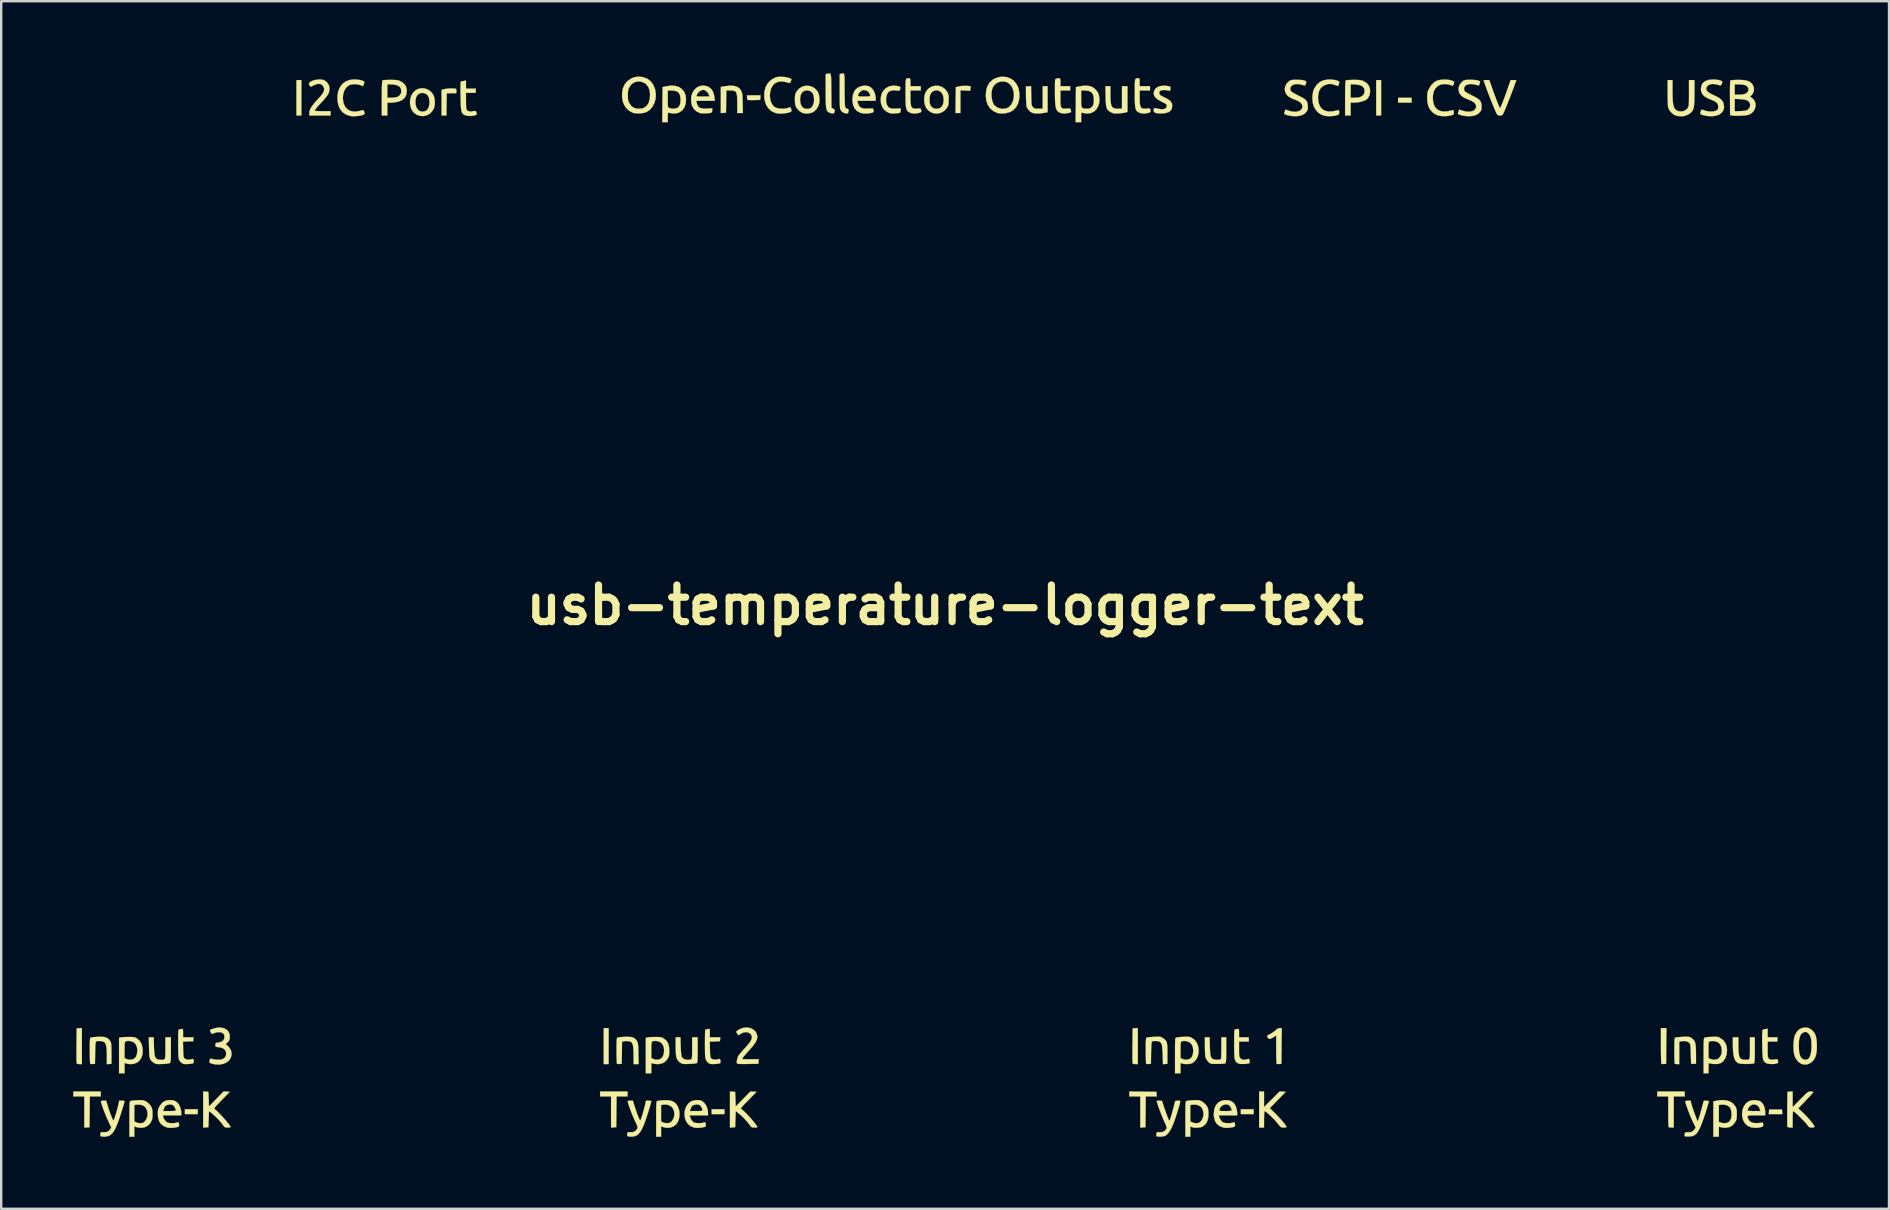
<source format=kicad_pcb>
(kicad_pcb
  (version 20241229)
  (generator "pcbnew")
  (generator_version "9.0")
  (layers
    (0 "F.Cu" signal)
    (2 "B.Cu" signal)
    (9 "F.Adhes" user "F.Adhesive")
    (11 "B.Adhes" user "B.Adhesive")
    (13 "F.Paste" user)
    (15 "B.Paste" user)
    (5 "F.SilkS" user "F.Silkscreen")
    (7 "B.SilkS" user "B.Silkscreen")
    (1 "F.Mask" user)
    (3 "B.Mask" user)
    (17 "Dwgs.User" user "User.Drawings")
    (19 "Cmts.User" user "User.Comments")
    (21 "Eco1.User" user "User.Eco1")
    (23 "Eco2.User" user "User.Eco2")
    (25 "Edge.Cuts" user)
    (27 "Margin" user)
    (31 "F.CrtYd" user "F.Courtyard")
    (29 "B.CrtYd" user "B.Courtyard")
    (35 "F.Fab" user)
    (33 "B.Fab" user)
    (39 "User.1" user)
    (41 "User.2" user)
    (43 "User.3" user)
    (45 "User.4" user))
  (footprint "usb-temperature-logger-text"
    (layer "F.Cu")
    (at 36.327 22.156)
    (property "Reference" "usb-temperature-logger-text" (at 0 0 0) (layer "F.SilkS") (effects (font (size 1.524 1.524) (thickness 0.3))))
    (attr through_hole)
    (fp_poly (pts (xy -31.14 21.209) (xy -31.674 21.209) (xy -31.674 21.006) (xy -31.14 21.006) (xy -31.14 21.209)) (stroke (width 0.01) (type solid)) (fill yes) (layer "F.SilkS"))
    (fp_poly (pts (xy -26.822 -20.396) (xy -27.026 -20.396) (xy -27.026 -21.869) (xy -26.822 -21.869) (xy -26.822 -20.396)) (stroke (width 0.01) (type solid)) (fill yes) (layer "F.SilkS"))
    (fp_poly (pts (xy -14.021 19.126) (xy -14.224 19.126) (xy -14.224 17.628) (xy -14.021 17.628) (xy -14.021 19.126)) (stroke (width 0.01) (type solid)) (fill yes) (layer "F.SilkS"))
    (fp_poly (pts (xy -9.195 21.209) (xy -9.728 21.209) (xy -9.728 21.006) (xy -9.195 21.006) (xy -9.195 21.209)) (stroke (width 0.01) (type solid)) (fill yes) (layer "F.SilkS"))
    (fp_poly (pts (xy 12.852 21.209) (xy 12.319 21.209) (xy 12.319 21.006) (xy 12.852 21.006) (xy 12.852 21.209)) (stroke (width 0.01) (type solid)) (fill yes) (layer "F.SilkS"))
    (fp_poly (pts (xy 18.161 -20.396) (xy 17.958 -20.396) (xy 17.958 -21.869) (xy 18.161 -21.869) (xy 18.161 -20.396)) (stroke (width 0.01) (type solid)) (fill yes) (layer "F.SilkS"))
    (fp_poly (pts (xy 19.431 -20.93) (xy 18.872 -20.93) (xy 18.872 -21.133) (xy 19.431 -21.133) (xy 19.431 -20.93)) (stroke (width 0.01) (type solid)) (fill yes) (layer "F.SilkS"))
    (fp_poly (pts (xy 34.877 21.209) (xy 34.312 21.209) (xy 34.32 21.114) (xy 34.328 21.018) (xy 34.861 21.018) (xy 34.877 21.209)) (stroke (width 0.01) (type solid)) (fill yes) (layer "F.SilkS"))
    (fp_poly (pts (xy -35.179 20.472) (xy -35.635 20.472) (xy -35.649 21.755) (xy -35.865 21.771) (xy -35.865 20.472) (xy -36.322 20.472) (xy -36.322 20.269) (xy -35.179 20.269) (xy -35.179 20.472)) (stroke (width 0.01) (type solid)) (fill yes) (layer "F.SilkS"))
    (fp_poly (pts (xy -13.233 20.472) (xy -13.69 20.472) (xy -13.703 21.755) (xy -13.919 21.771) (xy -13.919 20.472) (xy -14.376 20.472) (xy -14.376 20.269) (xy -13.233 20.269) (xy -13.233 20.472)) (stroke (width 0.01) (type solid)) (fill yes) (layer "F.SilkS"))
    (fp_poly (pts (xy 8.801 20.282) (xy 8.817 20.472) (xy 8.357 20.472) (xy 8.344 21.755) (xy 8.128 21.771) (xy 8.128 20.472) (xy 7.671 20.472) (xy 7.671 20.268) (xy 8.801 20.282)) (stroke (width 0.01) (type solid)) (fill yes) (layer "F.SilkS"))
    (fp_poly (pts (xy -7.709 -21.044) (xy -7.964 -21.037) (xy -8.073 -21.035) (xy -8.163 -21.037) (xy -8.222 -21.043) (xy -8.237 -21.047) (xy -8.249 -21.083) (xy -8.255 -21.145) (xy -8.255 -21.15) (xy -8.255 -21.234) (xy -7.693 -21.234) (xy -7.709 -21.044)) (stroke (width 0.01) (type solid)) (fill yes) (layer "F.SilkS"))
    (fp_poly (pts (xy -35.966 19.126) (xy -36.069 19.126) (xy -36.139 19.119) (xy -36.18 19.099) (xy -36.184 19.094) (xy -36.186 19.061) (xy -36.189 18.984) (xy -36.19 18.87) (xy -36.191 18.726) (xy -36.19 18.558) (xy -36.189 18.373) (xy -36.189 18.351) (xy -36.182 17.64) (xy -36.074 17.632) (xy -35.966 17.625) (xy -35.966 19.126)) (stroke (width 0.01) (type solid)) (fill yes) (layer "F.SilkS"))
    (fp_poly (pts (xy 8.026 19.126) (xy 7.924 19.126) (xy 7.853 19.119) (xy 7.813 19.099) (xy 7.809 19.094) (xy 7.806 19.061) (xy 7.804 18.984) (xy 7.803 18.87) (xy 7.802 18.726) (xy 7.802 18.558) (xy 7.804 18.373) (xy 7.804 18.351) (xy 7.811 17.64) (xy 7.918 17.632) (xy 8.026 17.625) (xy 8.026 19.126)) (stroke (width 0.01) (type solid)) (fill yes) (layer "F.SilkS"))
    (fp_poly (pts (xy 30.042 18.371) (xy 30.035 19.113) (xy 29.946 19.121) (xy 29.881 19.121) (xy 29.84 19.112) (xy 29.838 19.11) (xy 29.833 19.081) (xy 29.829 19.008) (xy 29.825 18.897) (xy 29.822 18.755) (xy 29.82 18.588) (xy 29.82 18.403) (xy 29.82 18.36) (xy 29.82 17.628) (xy 30.049 17.628) (xy 30.042 18.371)) (stroke (width 0.01) (type solid)) (fill yes) (layer "F.SilkS"))
    (fp_poly (pts (xy -20.491 -21.52) (xy -20.415 -21.513) (xy -20.374 -21.5) (xy -20.373 -21.499) (xy -20.361 -21.459) (xy -20.363 -21.398) (xy -20.375 -21.321) (xy -20.57 -21.322) (xy -20.765 -21.323) (xy -20.778 -20.396) (xy -20.98 -20.396) (xy -20.98 -21.461) (xy -20.872 -21.491) (xy -20.794 -21.506) (xy -20.695 -21.516) (xy -20.589 -21.521) (xy -20.491 -21.52)) (stroke (width 0.01) (type solid)) (fill yes) (layer "F.SilkS"))
    (fp_poly (pts (xy 0.957 -21.626) (xy 1.028 -21.618) (xy 1.059 -21.606) (xy 1.062 -21.576) (xy 1.056 -21.518) (xy 1.054 -21.51) (xy 1.038 -21.425) (xy 0.837 -21.434) (xy 0.635 -21.443) (xy 0.635 -20.498) (xy 0.431 -20.498) (xy 0.438 -21.037) (xy 0.445 -21.576) (xy 0.584 -21.609) (xy 0.662 -21.622) (xy 0.76 -21.628) (xy 0.863 -21.63) (xy 0.957 -21.626)) (stroke (width 0.01) (type solid)) (fill yes) (layer "F.SilkS"))
    (fp_poly (pts (xy 30.81 20.472) (xy 30.353 20.472) (xy 30.353 21.768) (xy 30.256 21.768) (xy 30.189 21.764) (xy 30.146 21.754) (xy 30.141 21.751) (xy 30.137 21.722) (xy 30.133 21.649) (xy 30.129 21.54) (xy 30.126 21.401) (xy 30.125 21.239) (xy 30.124 21.103) (xy 30.124 20.472) (xy 29.667 20.472) (xy 29.667 20.269) (xy 30.81 20.269) (xy 30.81 20.472)) (stroke (width 0.01) (type solid)) (fill yes) (layer "F.SilkS"))
    (fp_poly (pts (xy -8.802 -21.629) (xy -8.664 -21.588) (xy -8.56 -21.513) (xy -8.498 -21.425) (xy -8.478 -21.38) (xy -8.463 -21.328) (xy -8.452 -21.26) (xy -8.445 -21.168) (xy -8.44 -21.042) (xy -8.437 -20.911) (xy -8.428 -20.498) (xy -8.661 -20.498) (xy -8.661 -20.88) (xy -8.663 -21.062) (xy -8.67 -21.2) (xy -8.686 -21.299) (xy -8.714 -21.366) (xy -8.758 -21.407) (xy -8.821 -21.429) (xy -8.906 -21.437) (xy -8.968 -21.438) (xy -9.117 -21.438) (xy -9.124 -20.974) (xy -9.131 -20.511) (xy -9.347 -20.495) (xy -9.347 -21.585) (xy -9.186 -21.613) (xy -8.975 -21.637) (xy -8.802 -21.629)) (stroke (width 0.01) (type solid)) (fill yes) (layer "F.SilkS"))
    (fp_poly (pts (xy 14.015 18.371) (xy 14.008 19.113) (xy 13.918 19.121) (xy 13.854 19.121) (xy 13.813 19.112) (xy 13.81 19.11) (xy 13.805 19.081) (xy 13.801 19.008) (xy 13.797 18.899) (xy 13.794 18.762) (xy 13.792 18.603) (xy 13.792 18.512) (xy 13.792 17.932) (xy 13.697 17.994) (xy 13.594 18.053) (xy 13.52 18.075) (xy 13.47 18.061) (xy 13.441 18.022) (xy 13.42 17.971) (xy 13.411 17.947) (xy 13.432 17.932) (xy 13.486 17.902) (xy 13.549 17.869) (xy 13.642 17.814) (xy 13.729 17.75) (xy 13.77 17.713) (xy 13.843 17.652) (xy 13.913 17.629) (xy 13.937 17.628) (xy 14.022 17.628) (xy 14.015 18.371)) (stroke (width 0.01) (type solid)) (fill yes) (layer "F.SilkS"))
    (fp_poly (pts (xy -4.796 -22.142) (xy -4.777 -22.123) (xy -4.764 -22.083) (xy -4.756 -22.019) (xy -4.75 -21.924) (xy -4.747 -21.793) (xy -4.746 -21.621) (xy -4.744 -21.432) (xy -4.737 -20.714) (xy -4.667 -20.681) (xy -4.617 -20.649) (xy -4.6 -20.608) (xy -4.61 -20.541) (xy -4.613 -20.53) (xy -4.643 -20.484) (xy -4.702 -20.477) (xy -4.75 -20.489) (xy -4.812 -20.511) (xy -4.861 -20.535) (xy -4.9 -20.568) (xy -4.929 -20.614) (xy -4.95 -20.679) (xy -4.964 -20.768) (xy -4.972 -20.888) (xy -4.977 -21.043) (xy -4.978 -21.239) (xy -4.978 -21.421) (xy -4.978 -22.117) (xy -4.899 -22.133) (xy -4.856 -22.142) (xy -4.822 -22.147) (xy -4.796 -22.142)) (stroke (width 0.01) (type solid)) (fill yes) (layer "F.SilkS"))
    (fp_poly (pts (xy 3.586 -21.212) (xy 3.589 -21.06) (xy 3.593 -20.949) (xy 3.599 -20.872) (xy 3.608 -20.821) (xy 3.622 -20.785) (xy 3.641 -20.758) (xy 3.656 -20.741) (xy 3.695 -20.705) (xy 3.739 -20.686) (xy 3.805 -20.677) (xy 3.891 -20.676) (xy 4.064 -20.676) (xy 4.064 -21.615) (xy 4.267 -21.615) (xy 4.267 -20.528) (xy 4.106 -20.5) (xy 3.922 -20.478) (xy 3.761 -20.479) (xy 3.648 -20.499) (xy 3.55 -20.55) (xy 3.463 -20.636) (xy 3.404 -20.738) (xy 3.4 -20.75) (xy 3.387 -20.813) (xy 3.378 -20.917) (xy 3.371 -21.051) (xy 3.367 -21.207) (xy 3.367 -21.222) (xy 3.365 -21.603) (xy 3.472 -21.61) (xy 3.578 -21.618) (xy 3.586 -21.212)) (stroke (width 0.01) (type solid)) (fill yes) (layer "F.SilkS"))
    (fp_poly (pts (xy 6.883 -21.615) (xy 6.884 -21.292) (xy 6.887 -21.098) (xy 6.897 -20.948) (xy 6.917 -20.838) (xy 6.95 -20.762) (xy 6.999 -20.713) (xy 7.068 -20.687) (xy 7.158 -20.676) (xy 7.204 -20.676) (xy 7.366 -20.676) (xy 7.366 -21.615) (xy 7.595 -21.615) (xy 7.595 -20.547) (xy 7.528 -20.522) (xy 7.472 -20.509) (xy 7.382 -20.496) (xy 7.275 -20.485) (xy 7.242 -20.483) (xy 7.13 -20.477) (xy 7.053 -20.479) (xy 6.993 -20.491) (xy 6.935 -20.515) (xy 6.909 -20.527) (xy 6.838 -20.569) (xy 6.784 -20.614) (xy 6.745 -20.671) (xy 6.718 -20.747) (xy 6.701 -20.85) (xy 6.691 -20.987) (xy 6.685 -21.167) (xy 6.684 -21.19) (xy 6.676 -21.615) (xy 6.78 -21.615) (xy 6.883 -21.615)) (stroke (width 0.01) (type solid)) (fill yes) (layer "F.SilkS"))
    (fp_poly (pts (xy -4.234 -22.147) (xy -4.216 -22.127) (xy -4.204 -22.085) (xy -4.196 -22.017) (xy -4.192 -21.917) (xy -4.191 -21.779) (xy -4.191 -21.599) (xy -4.191 -21.477) (xy -4.19 -21.29) (xy -4.187 -21.119) (xy -4.183 -20.972) (xy -4.178 -20.854) (xy -4.172 -20.774) (xy -4.166 -20.741) (xy -4.129 -20.689) (xy -4.092 -20.676) (xy -4.041 -20.664) (xy -4.022 -20.623) (xy -4.029 -20.551) (xy -4.045 -20.501) (xy -4.076 -20.478) (xy -4.131 -20.481) (xy -4.211 -20.501) (xy -4.295 -20.549) (xy -4.344 -20.607) (xy -4.359 -20.634) (xy -4.37 -20.665) (xy -4.379 -20.707) (xy -4.385 -20.767) (xy -4.39 -20.849) (xy -4.392 -20.96) (xy -4.394 -21.107) (xy -4.394 -21.295) (xy -4.394 -21.403) (xy -4.394 -22.117) (xy -4.337 -22.133) (xy -4.294 -22.145) (xy -4.26 -22.151) (xy -4.234 -22.147)) (stroke (width 0.01) (type solid)) (fill yes) (layer "F.SilkS"))
    (fp_poly (pts (xy -29.807 20.282) (xy -30.146 20.629) (xy -30.264 20.75) (xy -30.35 20.841) (xy -30.407 20.905) (xy -30.44 20.949) (xy -30.453 20.977) (xy -30.448 20.994) (xy -30.438 21.001) (xy -30.387 21.039) (xy -30.315 21.105) (xy -30.228 21.191) (xy -30.133 21.292) (xy -30.037 21.398) (xy -29.946 21.503) (xy -29.868 21.598) (xy -29.808 21.677) (xy -29.774 21.732) (xy -29.769 21.749) (xy -29.792 21.76) (xy -29.85 21.767) (xy -29.893 21.768) (xy -29.972 21.764) (xy -30.02 21.746) (xy -30.056 21.707) (xy -30.062 21.698) (xy -30.153 21.575) (xy -30.272 21.439) (xy -30.404 21.306) (xy -30.505 21.216) (xy -30.671 21.079) (xy -30.683 21.417) (xy -30.696 21.755) (xy -30.912 21.771) (xy -30.912 20.266) (xy -30.804 20.274) (xy -30.696 20.282) (xy -30.671 20.892) (xy -30.06 20.266) (xy -29.807 20.282)) (stroke (width 0.01) (type solid)) (fill yes) (layer "F.SilkS"))
    (fp_poly (pts (xy -7.861 20.282) (xy -8.199 20.627) (xy -8.316 20.747) (xy -8.402 20.836) (xy -8.459 20.9) (xy -8.493 20.943) (xy -8.507 20.971) (xy -8.504 20.989) (xy -8.49 21.004) (xy -8.479 21.011) (xy -8.416 21.06) (xy -8.335 21.135) (xy -8.243 21.229) (xy -8.146 21.333) (xy -8.051 21.44) (xy -7.964 21.543) (xy -7.893 21.634) (xy -7.844 21.705) (xy -7.823 21.749) (xy -7.823 21.752) (xy -7.846 21.761) (xy -7.904 21.767) (xy -7.947 21.768) (xy -8.027 21.764) (xy -8.075 21.746) (xy -8.11 21.707) (xy -8.117 21.698) (xy -8.208 21.575) (xy -8.326 21.439) (xy -8.458 21.306) (xy -8.56 21.216) (xy -8.725 21.079) (xy -8.738 21.417) (xy -8.75 21.755) (xy -8.966 21.771) (xy -8.966 20.266) (xy -8.858 20.274) (xy -8.75 20.282) (xy -8.725 20.892) (xy -8.113 20.266) (xy -7.861 20.282)) (stroke (width 0.01) (type solid)) (fill yes) (layer "F.SilkS"))
    (fp_poly (pts (xy 14.061 20.274) (xy 14.186 20.282) (xy 13.854 20.622) (xy 13.522 20.962) (xy 13.748 21.18) (xy 13.843 21.275) (xy 13.939 21.379) (xy 14.031 21.483) (xy 14.112 21.581) (xy 14.175 21.663) (xy 14.214 21.724) (xy 14.224 21.749) (xy 14.201 21.76) (xy 14.143 21.767) (xy 14.103 21.768) (xy 14.045 21.766) (xy 14.002 21.757) (xy 13.964 21.731) (xy 13.919 21.682) (xy 13.856 21.602) (xy 13.844 21.586) (xy 13.78 21.51) (xy 13.699 21.422) (xy 13.608 21.331) (xy 13.517 21.244) (xy 13.432 21.169) (xy 13.362 21.113) (xy 13.315 21.084) (xy 13.306 21.082) (xy 13.298 21.106) (xy 13.291 21.171) (xy 13.287 21.269) (xy 13.284 21.39) (xy 13.284 21.425) (xy 13.284 21.768) (xy 13.081 21.768) (xy 13.081 20.269) (xy 13.284 20.269) (xy 13.284 20.916) (xy 13.61 20.591) (xy 13.936 20.266) (xy 14.061 20.274)) (stroke (width 0.01) (type solid)) (fill yes) (layer "F.SilkS"))
    (fp_poly (pts (xy 33.045 18.365) (xy 33.049 18.554) (xy 33.06 18.698) (xy 33.083 18.803) (xy 33.12 18.875) (xy 33.174 18.919) (xy 33.248 18.942) (xy 33.346 18.948) (xy 33.35 18.948) (xy 33.412 18.948) (xy 33.457 18.943) (xy 33.489 18.927) (xy 33.509 18.892) (xy 33.521 18.833) (xy 33.527 18.742) (xy 33.528 18.612) (xy 33.528 18.463) (xy 33.528 18.009) (xy 33.731 18.009) (xy 33.731 18.541) (xy 33.73 18.735) (xy 33.727 18.883) (xy 33.722 18.989) (xy 33.714 19.056) (xy 33.704 19.088) (xy 33.701 19.091) (xy 33.652 19.105) (xy 33.567 19.114) (xy 33.458 19.119) (xy 33.34 19.12) (xy 33.225 19.116) (xy 33.129 19.107) (xy 33.064 19.095) (xy 33.055 19.092) (xy 32.978 19.042) (xy 32.917 18.971) (xy 32.872 18.871) (xy 32.842 18.739) (xy 32.824 18.568) (xy 32.817 18.354) (xy 32.817 18.307) (xy 32.817 18.009) (xy 33.045 18.009) (xy 33.045 18.365)) (stroke (width 0.01) (type solid)) (fill yes) (layer "F.SilkS"))
    (fp_poly (pts (xy -19.964 -21.514) (xy -19.558 -21.514) (xy -19.558 -21.336) (xy -19.964 -21.336) (xy -19.964 -21.025) (xy -19.963 -20.899) (xy -19.959 -20.788) (xy -19.955 -20.704) (xy -19.949 -20.659) (xy -19.909 -20.599) (xy -19.834 -20.565) (xy -19.735 -20.56) (xy -19.679 -20.57) (xy -19.602 -20.585) (xy -19.559 -20.576) (xy -19.535 -20.537) (xy -19.523 -20.493) (xy -19.518 -20.447) (xy -19.537 -20.42) (xy -19.594 -20.4) (xy -19.602 -20.398) (xy -19.733 -20.375) (xy -19.869 -20.376) (xy -19.985 -20.4) (xy -20.007 -20.408) (xy -20.057 -20.433) (xy -20.097 -20.464) (xy -20.127 -20.507) (xy -20.149 -20.568) (xy -20.165 -20.652) (xy -20.176 -20.767) (xy -20.183 -20.917) (xy -20.187 -21.11) (xy -20.189 -21.215) (xy -20.191 -21.409) (xy -20.192 -21.557) (xy -20.19 -21.665) (xy -20.187 -21.74) (xy -20.181 -21.787) (xy -20.173 -21.811) (xy -20.161 -21.819) (xy -20.16 -21.819) (xy -20.11 -21.823) (xy -20.044 -21.834) (xy -19.964 -21.85) (xy -19.964 -21.514)) (stroke (width 0.01) (type solid)) (fill yes) (layer "F.SilkS"))
    (fp_poly (pts (xy -11.018 18.383) (xy -11.011 18.55) (xy -11.001 18.684) (xy -10.987 18.779) (xy -10.975 18.825) (xy -10.911 18.9) (xy -10.81 18.94) (xy -10.72 18.948) (xy -10.658 18.948) (xy -10.612 18.943) (xy -10.58 18.927) (xy -10.56 18.892) (xy -10.548 18.833) (xy -10.542 18.742) (xy -10.541 18.613) (xy -10.541 18.463) (xy -10.541 18.009) (xy -10.312 18.009) (xy -10.312 18.539) (xy -10.313 18.718) (xy -10.314 18.852) (xy -10.317 18.948) (xy -10.322 19.013) (xy -10.33 19.054) (xy -10.34 19.076) (xy -10.355 19.088) (xy -10.357 19.089) (xy -10.4 19.097) (xy -10.481 19.106) (xy -10.587 19.114) (xy -10.668 19.118) (xy -10.793 19.122) (xy -10.878 19.121) (xy -10.938 19.113) (xy -10.982 19.097) (xy -11.011 19.081) (xy -11.084 19.028) (xy -11.139 18.97) (xy -11.178 18.899) (xy -11.204 18.808) (xy -11.219 18.688) (xy -11.226 18.53) (xy -11.227 18.386) (xy -11.227 18.009) (xy -11.029 18.009) (xy -11.018 18.383)) (stroke (width 0.01) (type solid)) (fill yes) (layer "F.SilkS"))
    (fp_poly (pts (xy -22.971 -21.877) (xy -22.865 -21.871) (xy -22.787 -21.858) (xy -22.725 -21.837) (xy -22.721 -21.835) (xy -22.583 -21.755) (xy -22.49 -21.653) (xy -22.44 -21.526) (xy -22.429 -21.407) (xy -22.45 -21.257) (xy -22.515 -21.135) (xy -22.62 -21.04) (xy -22.767 -20.975) (xy -22.954 -20.938) (xy -23.117 -20.93) (xy -23.241 -20.93) (xy -23.241 -20.396) (xy -23.47 -20.396) (xy -23.47 -21.119) (xy -23.47 -21.133) (xy -23.241 -21.133) (xy -23.075 -21.133) (xy -22.973 -21.138) (xy -22.878 -21.153) (xy -22.824 -21.168) (xy -22.726 -21.233) (xy -22.67 -21.325) (xy -22.657 -21.414) (xy -22.678 -21.523) (xy -22.741 -21.605) (xy -22.846 -21.659) (xy -22.995 -21.687) (xy -23.095 -21.691) (xy -23.241 -21.692) (xy -23.241 -21.133) (xy -23.47 -21.133) (xy -23.469 -21.352) (xy -23.467 -21.537) (xy -23.463 -21.678) (xy -23.457 -21.776) (xy -23.45 -21.836) (xy -23.44 -21.859) (xy -23.405 -21.866) (xy -23.329 -21.872) (xy -23.226 -21.877) (xy -23.117 -21.879) (xy -22.971 -21.877)) (stroke (width 0.01) (type solid)) (fill yes) (layer "F.SilkS"))
    (fp_poly (pts (xy -1.476 -21.942) (xy -1.458 -21.925) (xy -1.45 -21.883) (xy -1.448 -21.803) (xy -1.448 -21.78) (xy -1.448 -21.615) (xy -1.016 -21.615) (xy -1.016 -21.438) (xy -1.448 -21.438) (xy -1.448 -21.149) (xy -1.445 -20.978) (xy -1.433 -20.851) (xy -1.41 -20.763) (xy -1.37 -20.709) (xy -1.31 -20.682) (xy -1.227 -20.676) (xy -1.143 -20.684) (xy -1.069 -20.69) (xy -1.03 -20.683) (xy -1.011 -20.659) (xy -1.006 -20.642) (xy -0.994 -20.575) (xy -1.009 -20.536) (xy -1.062 -20.51) (xy -1.089 -20.502) (xy -1.245 -20.475) (xy -1.39 -20.487) (xy -1.473 -20.517) (xy -1.525 -20.546) (xy -1.566 -20.58) (xy -1.597 -20.626) (xy -1.62 -20.688) (xy -1.635 -20.773) (xy -1.644 -20.888) (xy -1.649 -21.039) (xy -1.651 -21.232) (xy -1.651 -21.327) (xy -1.651 -21.52) (xy -1.65 -21.668) (xy -1.646 -21.777) (xy -1.639 -21.853) (xy -1.627 -21.902) (xy -1.608 -21.93) (xy -1.582 -21.942) (xy -1.546 -21.946) (xy -1.509 -21.946) (xy -1.476 -21.942)) (stroke (width 0.01) (type solid)) (fill yes) (layer "F.SilkS"))
    (fp_poly (pts (xy 8.074 -21.942) (xy 8.093 -21.925) (xy 8.101 -21.883) (xy 8.103 -21.803) (xy 8.103 -21.78) (xy 8.103 -21.615) (xy 8.534 -21.615) (xy 8.534 -21.438) (xy 8.103 -21.438) (xy 8.103 -21.149) (xy 8.106 -20.978) (xy 8.117 -20.851) (xy 8.141 -20.763) (xy 8.18 -20.709) (xy 8.24 -20.682) (xy 8.323 -20.676) (xy 8.407 -20.684) (xy 8.481 -20.69) (xy 8.521 -20.683) (xy 8.539 -20.659) (xy 8.544 -20.642) (xy 8.557 -20.575) (xy 8.541 -20.536) (xy 8.489 -20.51) (xy 8.462 -20.502) (xy 8.305 -20.475) (xy 8.161 -20.487) (xy 8.077 -20.517) (xy 8.025 -20.546) (xy 7.984 -20.58) (xy 7.953 -20.626) (xy 7.931 -20.688) (xy 7.916 -20.773) (xy 7.906 -20.888) (xy 7.901 -21.039) (xy 7.9 -21.232) (xy 7.899 -21.327) (xy 7.899 -21.52) (xy 7.901 -21.668) (xy 7.904 -21.777) (xy 7.911 -21.853) (xy 7.924 -21.902) (xy 7.942 -21.93) (xy 7.969 -21.942) (xy 8.005 -21.946) (xy 8.041 -21.946) (xy 8.074 -21.942)) (stroke (width 0.01) (type solid)) (fill yes) (layer "F.SilkS"))
    (fp_poly (pts (xy 34.265 18.009) (xy 34.671 18.009) (xy 34.671 18.186) (xy 34.265 18.186) (xy 34.265 18.517) (xy 34.265 18.653) (xy 34.268 18.749) (xy 34.274 18.813) (xy 34.286 18.855) (xy 34.303 18.884) (xy 34.319 18.901) (xy 34.363 18.934) (xy 34.417 18.946) (xy 34.491 18.941) (xy 34.569 18.931) (xy 34.63 18.921) (xy 34.644 18.919) (xy 34.675 18.935) (xy 34.697 18.992) (xy 34.704 19.049) (xy 34.684 19.08) (xy 34.638 19.1) (xy 34.546 19.119) (xy 34.434 19.124) (xy 34.323 19.117) (xy 34.232 19.097) (xy 34.208 19.086) (xy 34.161 19.057) (xy 34.124 19.023) (xy 34.096 18.977) (xy 34.075 18.913) (xy 34.061 18.824) (xy 34.051 18.705) (xy 34.045 18.549) (xy 34.041 18.35) (xy 34.04 18.304) (xy 34.039 18.137) (xy 34.039 17.987) (xy 34.041 17.862) (xy 34.045 17.768) (xy 34.05 17.714) (xy 34.053 17.704) (xy 34.09 17.687) (xy 34.155 17.67) (xy 34.169 17.668) (xy 34.265 17.651) (xy 34.265 18.009)) (stroke (width 0.01) (type solid)) (fill yes) (layer "F.SilkS"))
    (fp_poly (pts (xy -32.964 18.383) (xy -32.956 18.569) (xy -32.943 18.709) (xy -32.919 18.811) (xy -32.884 18.88) (xy -32.832 18.922) (xy -32.762 18.942) (xy -32.67 18.948) (xy -32.665 18.948) (xy -32.603 18.948) (xy -32.558 18.943) (xy -32.526 18.927) (xy -32.505 18.892) (xy -32.493 18.833) (xy -32.488 18.742) (xy -32.487 18.613) (xy -32.487 18.463) (xy -32.487 18.009) (xy -32.258 18.009) (xy -32.258 18.526) (xy -32.259 18.705) (xy -32.26 18.84) (xy -32.264 18.937) (xy -32.27 19.003) (xy -32.279 19.045) (xy -32.291 19.07) (xy -32.298 19.077) (xy -32.345 19.094) (xy -32.437 19.109) (xy -32.568 19.119) (xy -32.609 19.121) (xy -32.732 19.124) (xy -32.816 19.124) (xy -32.873 19.117) (xy -32.917 19.102) (xy -32.958 19.077) (xy -32.967 19.072) (xy -33.033 19.024) (xy -33.082 18.978) (xy -33.116 18.927) (xy -33.14 18.861) (xy -33.154 18.771) (xy -33.162 18.651) (xy -33.167 18.49) (xy -33.168 18.439) (xy -33.177 18.009) (xy -32.974 18.009) (xy -32.964 18.383)) (stroke (width 0.01) (type solid)) (fill yes) (layer "F.SilkS"))
    (fp_poly (pts (xy -1.991 -21.624) (xy -1.949 -21.614) (xy -1.888 -21.593) (xy -1.865 -21.568) (xy -1.869 -21.525) (xy -1.87 -21.519) (xy -1.889 -21.457) (xy -1.918 -21.429) (xy -1.972 -21.427) (xy -2.027 -21.436) (xy -2.146 -21.445) (xy -2.259 -21.428) (xy -2.345 -21.39) (xy -2.354 -21.383) (xy -2.409 -21.309) (xy -2.446 -21.202) (xy -2.463 -21.078) (xy -2.458 -20.953) (xy -2.429 -20.845) (xy -2.382 -20.763) (xy -2.316 -20.71) (xy -2.223 -20.684) (xy -2.093 -20.679) (xy -2.054 -20.681) (xy -1.854 -20.693) (xy -1.854 -20.609) (xy -1.862 -20.547) (xy -1.879 -20.511) (xy -1.88 -20.51) (xy -1.917 -20.5) (xy -1.99 -20.49) (xy -2.083 -20.482) (xy -2.09 -20.481) (xy -2.194 -20.476) (xy -2.268 -20.482) (xy -2.336 -20.503) (xy -2.407 -20.536) (xy -2.533 -20.625) (xy -2.621 -20.745) (xy -2.673 -20.899) (xy -2.682 -20.959) (xy -2.683 -21.144) (xy -2.642 -21.305) (xy -2.565 -21.44) (xy -2.456 -21.544) (xy -2.321 -21.612) (xy -2.164 -21.64) (xy -1.991 -21.624)) (stroke (width 0.01) (type solid)) (fill yes) (layer "F.SilkS"))
    (fp_poly (pts (xy 11.028 18.396) (xy 11.034 18.564) (xy 11.042 18.689) (xy 11.056 18.778) (xy 11.077 18.84) (xy 11.107 18.881) (xy 11.148 18.91) (xy 11.169 18.921) (xy 11.244 18.941) (xy 11.339 18.948) (xy 11.428 18.942) (xy 11.466 18.933) (xy 11.481 18.921) (xy 11.491 18.895) (xy 11.499 18.846) (xy 11.503 18.769) (xy 11.505 18.655) (xy 11.506 18.5) (xy 11.506 18.463) (xy 11.506 18.009) (xy 11.709 18.009) (xy 11.709 18.541) (xy 11.708 18.735) (xy 11.706 18.883) (xy 11.7 18.989) (xy 11.693 19.056) (xy 11.682 19.088) (xy 11.679 19.091) (xy 11.637 19.102) (xy 11.559 19.11) (xy 11.456 19.115) (xy 11.343 19.118) (xy 11.233 19.118) (xy 11.14 19.115) (xy 11.077 19.108) (xy 11.062 19.104) (xy 10.976 19.045) (xy 10.9 18.957) (xy 10.85 18.861) (xy 10.846 18.85) (xy 10.837 18.792) (xy 10.829 18.694) (xy 10.824 18.57) (xy 10.821 18.432) (xy 10.821 18.383) (xy 10.82 18.009) (xy 11.018 18.009) (xy 11.028 18.396)) (stroke (width 0.01) (type solid)) (fill yes) (layer "F.SilkS"))
    (fp_poly (pts (xy 4.774 -21.942) (xy 4.791 -21.923) (xy 4.799 -21.877) (xy 4.801 -21.794) (xy 4.801 -21.78) (xy 4.801 -21.615) (xy 5.207 -21.615) (xy 5.207 -21.438) (xy 4.801 -21.438) (xy 4.801 -21.113) (xy 4.802 -20.952) (xy 4.809 -20.835) (xy 4.826 -20.756) (xy 4.856 -20.708) (xy 4.902 -20.684) (xy 4.97 -20.678) (xy 5.046 -20.682) (xy 5.137 -20.689) (xy 5.19 -20.685) (xy 5.218 -20.667) (xy 5.233 -20.628) (xy 5.241 -20.596) (xy 5.247 -20.554) (xy 5.23 -20.529) (xy 5.179 -20.51) (xy 5.145 -20.501) (xy 4.978 -20.475) (xy 4.839 -20.49) (xy 4.788 -20.508) (xy 4.727 -20.54) (xy 4.678 -20.581) (xy 4.641 -20.635) (xy 4.613 -20.709) (xy 4.594 -20.81) (xy 4.582 -20.941) (xy 4.575 -21.111) (xy 4.573 -21.323) (xy 4.573 -21.39) (xy 4.573 -21.566) (xy 4.573 -21.697) (xy 4.575 -21.791) (xy 4.58 -21.854) (xy 4.587 -21.893) (xy 4.598 -21.914) (xy 4.613 -21.924) (xy 4.629 -21.93) (xy 4.703 -21.943) (xy 4.743 -21.945) (xy 4.774 -21.942)) (stroke (width 0.01) (type solid)) (fill yes) (layer "F.SilkS"))
    (fp_poly (pts (xy 17.161 -21.877) (xy 17.267 -21.871) (xy 17.345 -21.858) (xy 17.407 -21.837) (xy 17.411 -21.835) (xy 17.55 -21.754) (xy 17.643 -21.652) (xy 17.693 -21.524) (xy 17.704 -21.411) (xy 17.685 -21.263) (xy 17.631 -21.141) (xy 17.551 -21.057) (xy 17.46 -21.01) (xy 17.335 -20.97) (xy 17.195 -20.942) (xy 17.056 -20.93) (xy 17.038 -20.93) (xy 16.891 -20.93) (xy 16.891 -20.396) (xy 16.662 -20.396) (xy 16.662 -21.119) (xy 16.662 -21.133) (xy 16.891 -21.133) (xy 17.057 -21.133) (xy 17.159 -21.138) (xy 17.254 -21.153) (xy 17.308 -21.168) (xy 17.406 -21.233) (xy 17.462 -21.325) (xy 17.475 -21.414) (xy 17.454 -21.523) (xy 17.391 -21.605) (xy 17.286 -21.659) (xy 17.137 -21.687) (xy 17.037 -21.691) (xy 16.891 -21.692) (xy 16.891 -21.133) (xy 16.662 -21.133) (xy 16.663 -21.352) (xy 16.665 -21.537) (xy 16.669 -21.678) (xy 16.675 -21.776) (xy 16.682 -21.836) (xy 16.692 -21.859) (xy 16.727 -21.866) (xy 16.803 -21.872) (xy 16.906 -21.877) (xy 17.015 -21.879) (xy 17.161 -21.877)) (stroke (width 0.01) (type solid)) (fill yes) (layer "F.SilkS"))
    (fp_poly (pts (xy -21.636 -21.508) (xy -21.503 -21.447) (xy -21.391 -21.351) (xy -21.308 -21.223) (xy -21.307 -21.222) (xy -21.276 -21.115) (xy -21.262 -20.982) (xy -21.265 -20.846) (xy -21.287 -20.73) (xy -21.289 -20.724) (xy -21.361 -20.582) (xy -21.465 -20.473) (xy -21.594 -20.401) (xy -21.738 -20.369) (xy -21.889 -20.38) (xy -22.024 -20.43) (xy -22.141 -20.518) (xy -22.226 -20.637) (xy -22.278 -20.776) (xy -22.298 -20.927) (xy -22.291 -21.014) (xy -22.069 -21.014) (xy -22.067 -20.875) (xy -22.035 -20.743) (xy -21.973 -20.643) (xy -21.888 -20.577) (xy -21.786 -20.552) (xy -21.674 -20.572) (xy -21.638 -20.588) (xy -21.56 -20.656) (xy -21.508 -20.763) (xy -21.484 -20.903) (xy -21.482 -20.957) (xy -21.5 -21.109) (xy -21.55 -21.223) (xy -21.631 -21.298) (xy -21.742 -21.333) (xy -21.789 -21.336) (xy -21.9 -21.314) (xy -21.985 -21.251) (xy -22.042 -21.15) (xy -22.069 -21.014) (xy -22.291 -21.014) (xy -22.286 -21.08) (xy -22.24 -21.225) (xy -22.161 -21.354) (xy -22.051 -21.455) (xy -21.919 -21.515) (xy -21.777 -21.532) (xy -21.636 -21.508)) (stroke (width 0.01) (type solid)) (fill yes) (layer "F.SilkS"))
    (fp_poly (pts (xy -13.062 18.001) (xy -12.97 18.033) (xy -12.9 18.087) (xy -12.846 18.157) (xy -12.825 18.195) (xy -12.81 18.235) (xy -12.799 18.287) (xy -12.791 18.359) (xy -12.786 18.459) (xy -12.782 18.598) (xy -12.78 18.688) (xy -12.772 19.126) (xy -12.979 19.126) (xy -12.98 18.79) (xy -12.983 18.595) (xy -12.993 18.445) (xy -13.01 18.335) (xy -13.034 18.26) (xy -13.062 18.22) (xy -13.123 18.187) (xy -13.214 18.168) (xy -13.317 18.165) (xy -13.371 18.172) (xy -13.461 18.188) (xy -13.468 18.651) (xy -13.475 19.113) (xy -13.565 19.121) (xy -13.629 19.121) (xy -13.67 19.112) (xy -13.672 19.11) (xy -13.678 19.081) (xy -13.683 19.008) (xy -13.687 18.9) (xy -13.689 18.765) (xy -13.691 18.61) (xy -13.691 18.566) (xy -13.69 18.388) (xy -13.689 18.255) (xy -13.686 18.16) (xy -13.681 18.095) (xy -13.673 18.055) (xy -13.662 18.033) (xy -13.648 18.022) (xy -13.646 18.021) (xy -13.603 18.012) (xy -13.522 18.002) (xy -13.417 17.994) (xy -13.345 17.99) (xy -13.184 17.987) (xy -13.062 18.001)) (stroke (width 0.01) (type solid)) (fill yes) (layer "F.SilkS"))
    (fp_poly (pts (xy -33.902 17.997) (xy -33.819 18.002) (xy -33.76 18.014) (xy -33.711 18.034) (xy -33.66 18.066) (xy -33.549 18.169) (xy -33.474 18.307) (xy -33.435 18.48) (xy -33.433 18.506) (xy -33.437 18.687) (xy -33.479 18.842) (xy -33.556 18.968) (xy -33.663 19.06) (xy -33.798 19.114) (xy -33.914 19.126) (xy -34.007 19.122) (xy -34.088 19.111) (xy -34.123 19.101) (xy -34.188 19.077) (xy -34.188 19.507) (xy -34.417 19.507) (xy -34.417 18.531) (xy -34.188 18.531) (xy -34.188 18.871) (xy -34.119 18.908) (xy -34.005 18.943) (xy -33.883 18.937) (xy -33.804 18.909) (xy -33.726 18.84) (xy -33.676 18.73) (xy -33.656 18.581) (xy -33.655 18.549) (xy -33.675 18.401) (xy -33.731 18.287) (xy -33.822 18.207) (xy -33.945 18.166) (xy -34.02 18.161) (xy -34.086 18.162) (xy -34.131 18.17) (xy -34.161 18.193) (xy -34.178 18.239) (xy -34.186 18.314) (xy -34.188 18.428) (xy -34.188 18.531) (xy -34.417 18.531) (xy -34.417 18.035) (xy -34.347 18.015) (xy -34.292 18.007) (xy -34.201 18) (xy -34.089 17.997) (xy -34.021 17.996) (xy -33.902 17.997)) (stroke (width 0.01) (type solid)) (fill yes) (layer "F.SilkS"))
    (fp_poly (pts (xy 30.939 17.986) (xy 30.996 17.993) (xy 31.039 18.008) (xy 31.082 18.033) (xy 31.09 18.038) (xy 31.155 18.089) (xy 31.204 18.145) (xy 31.238 18.216) (xy 31.261 18.309) (xy 31.274 18.432) (xy 31.279 18.594) (xy 31.28 18.707) (xy 31.28 19.113) (xy 31.077 19.113) (xy 31.064 18.701) (xy 31.059 18.546) (xy 31.053 18.433) (xy 31.046 18.354) (xy 31.036 18.302) (xy 31.023 18.267) (xy 31.004 18.242) (xy 30.999 18.237) (xy 30.92 18.189) (xy 30.812 18.165) (xy 30.691 18.169) (xy 30.672 18.172) (xy 30.582 18.189) (xy 30.582 19.126) (xy 30.497 19.126) (xy 30.434 19.122) (xy 30.396 19.11) (xy 30.395 19.109) (xy 30.39 19.08) (xy 30.386 19.007) (xy 30.382 18.9) (xy 30.38 18.765) (xy 30.378 18.61) (xy 30.378 18.566) (xy 30.379 18.388) (xy 30.38 18.255) (xy 30.383 18.16) (xy 30.388 18.095) (xy 30.396 18.055) (xy 30.407 18.032) (xy 30.421 18.021) (xy 30.423 18.021) (xy 30.466 18.012) (xy 30.547 18.003) (xy 30.653 17.995) (xy 30.734 17.99) (xy 30.855 17.986) (xy 30.939 17.986)) (stroke (width 0.01) (type solid)) (fill yes) (layer "F.SilkS"))
    (fp_poly (pts (xy -24.501 -21.889) (xy -24.38 -21.873) (xy -24.283 -21.849) (xy -24.22 -21.819) (xy -24.209 -21.809) (xy -24.201 -21.762) (xy -24.22 -21.699) (xy -24.254 -21.617) (xy -24.351 -21.658) (xy -24.465 -21.69) (xy -24.595 -21.7) (xy -24.722 -21.69) (xy -24.827 -21.659) (xy -24.843 -21.651) (xy -24.954 -21.558) (xy -25.034 -21.431) (xy -25.081 -21.279) (xy -25.094 -21.109) (xy -25.069 -20.931) (xy -25.058 -20.889) (xy -24.993 -20.751) (xy -24.893 -20.646) (xy -24.766 -20.58) (xy -24.617 -20.554) (xy -24.482 -20.567) (xy -24.393 -20.586) (xy -24.318 -20.604) (xy -24.289 -20.613) (xy -24.245 -20.617) (xy -24.216 -20.585) (xy -24.206 -20.56) (xy -24.19 -20.499) (xy -24.191 -20.458) (xy -24.225 -20.43) (xy -24.298 -20.405) (xy -24.398 -20.384) (xy -24.511 -20.37) (xy -24.628 -20.364) (xy -24.734 -20.367) (xy -24.772 -20.372) (xy -24.944 -20.424) (xy -25.086 -20.515) (xy -25.196 -20.642) (xy -25.273 -20.804) (xy -25.314 -20.996) (xy -25.318 -21.205) (xy -25.286 -21.405) (xy -25.215 -21.576) (xy -25.109 -21.713) (xy -24.972 -21.814) (xy -24.807 -21.876) (xy -24.632 -21.895) (xy -24.501 -21.889)) (stroke (width 0.01) (type solid)) (fill yes) (layer "F.SilkS"))
    (fp_poly (pts (xy -11.41 20.655) (xy -11.297 20.707) (xy -11.22 20.771) (xy -11.137 20.891) (xy -11.086 21.038) (xy -11.067 21.197) (xy -11.08 21.357) (xy -11.124 21.505) (xy -11.201 21.628) (xy -11.209 21.637) (xy -11.325 21.726) (xy -11.465 21.774) (xy -11.617 21.779) (xy -11.716 21.759) (xy -11.836 21.722) (xy -11.836 22.149) (xy -12.04 22.149) (xy -12.04 21.415) (xy -12.039 21.202) (xy -12.039 21.034) (xy -12.037 20.906) (xy -12.034 20.832) (xy -11.836 20.832) (xy -11.836 21.512) (xy -11.767 21.55) (xy -11.696 21.575) (xy -11.607 21.588) (xy -11.586 21.589) (xy -11.506 21.582) (xy -11.445 21.553) (xy -11.393 21.507) (xy -11.318 21.397) (xy -11.283 21.26) (xy -11.29 21.107) (xy -11.334 20.984) (xy -11.416 20.89) (xy -11.526 20.83) (xy -11.658 20.809) (xy -11.738 20.816) (xy -11.836 20.832) (xy -12.034 20.832) (xy -12.034 20.812) (xy -12.029 20.746) (xy -12.023 20.704) (xy -12.014 20.679) (xy -12.002 20.667) (xy -11.995 20.663) (xy -11.95 20.653) (xy -11.87 20.643) (xy -11.768 20.634) (xy -11.729 20.631) (xy -11.551 20.631) (xy -11.41 20.655)) (stroke (width 0.01) (type solid)) (fill yes) (layer "F.SilkS"))
    (fp_poly (pts (xy 30.302 -21.428) (xy 30.304 -21.202) (xy 30.312 -21.02) (xy 30.327 -20.878) (xy 30.351 -20.77) (xy 30.386 -20.691) (xy 30.433 -20.635) (xy 30.494 -20.597) (xy 30.563 -20.572) (xy 30.689 -20.561) (xy 30.807 -20.593) (xy 30.903 -20.664) (xy 30.93 -20.698) (xy 30.949 -20.729) (xy 30.964 -20.761) (xy 30.974 -20.802) (xy 30.981 -20.859) (xy 30.985 -20.939) (xy 30.987 -21.05) (xy 30.988 -21.2) (xy 30.988 -21.327) (xy 30.988 -21.869) (xy 31.217 -21.869) (xy 31.217 -21.339) (xy 31.215 -21.129) (xy 31.211 -20.963) (xy 31.201 -20.833) (xy 31.186 -20.733) (xy 31.164 -20.656) (xy 31.134 -20.595) (xy 31.095 -20.542) (xy 31.082 -20.528) (xy 30.985 -20.452) (xy 30.859 -20.394) (xy 30.727 -20.361) (xy 30.607 -20.361) (xy 30.558 -20.369) (xy 30.486 -20.381) (xy 30.473 -20.383) (xy 30.369 -20.422) (xy 30.268 -20.498) (xy 30.183 -20.598) (xy 30.146 -20.663) (xy 30.131 -20.703) (xy 30.119 -20.75) (xy 30.111 -20.812) (xy 30.105 -20.896) (xy 30.102 -21.01) (xy 30.1 -21.162) (xy 30.1 -21.317) (xy 30.099 -21.869) (xy 30.302 -21.869) (xy 30.302 -21.428)) (stroke (width 0.01) (type solid)) (fill yes) (layer "F.SilkS"))
    (fp_poly (pts (xy -11.249 -21.629) (xy -11.091 -21.579) (xy -10.981 -21.506) (xy -10.877 -21.386) (xy -10.816 -21.241) (xy -10.796 -21.068) (xy -10.796 -21.066) (xy -10.813 -20.878) (xy -10.868 -20.724) (xy -10.959 -20.604) (xy -11.086 -20.521) (xy -11.117 -20.507) (xy -11.237 -20.481) (xy -11.374 -20.481) (xy -11.5 -20.507) (xy -11.513 -20.511) (xy -11.535 -20.515) (xy -11.548 -20.5) (xy -11.555 -20.455) (xy -11.557 -20.374) (xy -11.557 -20.323) (xy -11.557 -20.117) (xy -11.786 -20.117) (xy -11.78 -20.847) (xy -11.774 -21.438) (xy -11.557 -21.438) (xy -11.557 -21.086) (xy -11.557 -20.946) (xy -11.555 -20.848) (xy -11.55 -20.784) (xy -11.541 -20.745) (xy -11.526 -20.723) (xy -11.505 -20.709) (xy -11.5 -20.707) (xy -11.412 -20.681) (xy -11.309 -20.676) (xy -11.211 -20.69) (xy -11.138 -20.721) (xy -11.128 -20.729) (xy -11.072 -20.797) (xy -11.039 -20.882) (xy -11.025 -20.997) (xy -11.024 -21.06) (xy -11.038 -21.208) (xy -11.082 -21.316) (xy -11.159 -21.388) (xy -11.274 -21.428) (xy -11.403 -21.438) (xy -11.557 -21.438) (xy -11.774 -21.438) (xy -11.773 -21.577) (xy -11.646 -21.606) (xy -11.435 -21.638) (xy -11.249 -21.629)) (stroke (width 0.01) (type solid)) (fill yes) (layer "F.SilkS"))
    (fp_poly (pts (xy 32.53 20.634) (xy 32.69 20.68) (xy 32.82 20.763) (xy 32.912 20.875) (xy 32.948 20.941) (xy 32.968 21.002) (xy 32.979 21.077) (xy 32.982 21.181) (xy 32.982 21.211) (xy 32.98 21.322) (xy 32.973 21.4) (xy 32.955 21.46) (xy 32.924 21.521) (xy 32.906 21.552) (xy 32.808 21.671) (xy 32.688 21.745) (xy 32.542 21.776) (xy 32.486 21.778) (xy 32.396 21.771) (xy 32.32 21.757) (xy 32.289 21.746) (xy 32.262 21.733) (xy 32.245 21.735) (xy 32.236 21.763) (xy 32.233 21.823) (xy 32.233 21.925) (xy 32.233 22.149) (xy 32.004 22.149) (xy 32.004 20.831) (xy 32.233 20.831) (xy 32.233 21.535) (xy 32.302 21.56) (xy 32.417 21.586) (xy 32.53 21.583) (xy 32.623 21.554) (xy 32.646 21.539) (xy 32.699 21.479) (xy 32.74 21.402) (xy 32.742 21.396) (xy 32.761 21.293) (xy 32.762 21.174) (xy 32.746 21.058) (xy 32.715 20.964) (xy 32.698 20.936) (xy 32.618 20.866) (xy 32.507 20.823) (xy 32.381 20.811) (xy 32.341 20.815) (xy 32.233 20.831) (xy 32.004 20.831) (xy 32.004 20.68) (xy 32.132 20.652) (xy 32.343 20.624) (xy 32.53 20.634)) (stroke (width 0.01) (type solid)) (fill yes) (layer "F.SilkS"))
    (fp_poly (pts (xy -31.76 17.668) (xy -31.752 17.705) (xy -31.75 17.777) (xy -31.75 17.828) (xy -31.75 18.009) (xy -31.315 18.009) (xy -31.331 18.174) (xy -31.542 18.181) (xy -31.754 18.189) (xy -31.746 18.52) (xy -31.742 18.656) (xy -31.737 18.75) (xy -31.729 18.813) (xy -31.718 18.853) (xy -31.699 18.88) (xy -31.674 18.903) (xy -31.597 18.936) (xy -31.495 18.942) (xy -31.386 18.919) (xy -31.366 18.912) (xy -31.335 18.912) (xy -31.315 18.951) (xy -31.309 18.977) (xy -31.305 19.044) (xy -31.319 19.086) (xy -31.356 19.1) (xy -31.429 19.113) (xy -31.524 19.121) (xy -31.542 19.122) (xy -31.646 19.125) (xy -31.715 19.12) (xy -31.763 19.105) (xy -31.807 19.076) (xy -31.808 19.076) (xy -31.851 19.039) (xy -31.885 19.001) (xy -31.911 18.956) (xy -31.929 18.897) (xy -31.941 18.816) (xy -31.948 18.709) (xy -31.952 18.567) (xy -31.953 18.384) (xy -31.953 18.277) (xy -31.953 18.087) (xy -31.952 17.942) (xy -31.95 17.836) (xy -31.946 17.762) (xy -31.94 17.716) (xy -31.931 17.69) (xy -31.92 17.68) (xy -31.909 17.678) (xy -31.848 17.671) (xy -31.807 17.662) (xy -31.778 17.657) (xy -31.76 17.668)) (stroke (width 0.01) (type solid)) (fill yes) (layer "F.SilkS"))
    (fp_poly (pts (xy -25.931 -21.883) (xy -25.862 -21.859) (xy -25.751 -21.775) (xy -25.679 -21.665) (xy -25.649 -21.536) (xy -25.663 -21.396) (xy -25.705 -21.284) (xy -25.745 -21.223) (xy -25.811 -21.137) (xy -25.894 -21.04) (xy -25.969 -20.958) (xy -26.094 -20.825) (xy -26.183 -20.723) (xy -26.238 -20.65) (xy -26.262 -20.603) (xy -26.264 -20.594) (xy -26.24 -20.586) (xy -26.175 -20.58) (xy -26.077 -20.576) (xy -25.958 -20.574) (xy -25.933 -20.574) (xy -25.603 -20.574) (xy -25.603 -20.396) (xy -26.492 -20.396) (xy -26.492 -20.49) (xy -26.48 -20.584) (xy -26.44 -20.685) (xy -26.368 -20.799) (xy -26.262 -20.932) (xy -26.147 -21.059) (xy -26.029 -21.189) (xy -25.946 -21.293) (xy -25.895 -21.379) (xy -25.873 -21.453) (xy -25.876 -21.522) (xy -25.895 -21.581) (xy -25.953 -21.665) (xy -26.039 -21.708) (xy -26.147 -21.709) (xy -26.277 -21.667) (xy -26.304 -21.654) (xy -26.373 -21.619) (xy -26.421 -21.596) (xy -26.434 -21.59) (xy -26.451 -21.609) (xy -26.482 -21.654) (xy -26.482 -21.654) (xy -26.508 -21.704) (xy -26.502 -21.741) (xy -26.489 -21.759) (xy -26.414 -21.817) (xy -26.306 -21.86) (xy -26.179 -21.887) (xy -26.049 -21.896) (xy -25.931 -21.883)) (stroke (width 0.01) (type solid)) (fill yes) (layer "F.SilkS"))
    (fp_poly (pts (xy -9.974 -21.628) (xy -9.854 -21.584) (xy -9.748 -21.503) (xy -9.67 -21.381) (xy -9.623 -21.219) (xy -9.613 -21.152) (xy -9.595 -21.006) (xy -10.37 -21.006) (xy -10.353 -20.925) (xy -10.321 -20.82) (xy -10.268 -20.747) (xy -10.188 -20.702) (xy -10.074 -20.682) (xy -9.919 -20.683) (xy -9.912 -20.683) (xy -9.703 -20.695) (xy -9.703 -20.612) (xy -9.717 -20.539) (xy -9.747 -20.511) (xy -9.81 -20.497) (xy -9.905 -20.488) (xy -10.013 -20.483) (xy -10.116 -20.484) (xy -10.195 -20.491) (xy -10.217 -20.496) (xy -10.365 -20.568) (xy -10.477 -20.675) (xy -10.551 -20.815) (xy -10.585 -20.978) (xy -10.581 -21.154) (xy -10.57 -21.199) (xy -10.363 -21.199) (xy -10.34 -21.193) (xy -10.276 -21.188) (xy -10.182 -21.184) (xy -10.094 -21.184) (xy -9.824 -21.184) (xy -9.841 -21.253) (xy -9.876 -21.328) (xy -9.939 -21.397) (xy -10.012 -21.447) (xy -10.073 -21.463) (xy -10.179 -21.439) (xy -10.27 -21.375) (xy -10.322 -21.302) (xy -10.349 -21.241) (xy -10.363 -21.203) (xy -10.363 -21.199) (xy -10.57 -21.199) (xy -10.541 -21.31) (xy -10.469 -21.441) (xy -10.371 -21.543) (xy -10.252 -21.611) (xy -10.118 -21.641) (xy -9.974 -21.628)) (stroke (width 0.01) (type solid)) (fill yes) (layer "F.SilkS"))
    (fp_poly (pts (xy -9.815 17.668) (xy -9.807 17.705) (xy -9.805 17.777) (xy -9.804 17.828) (xy -9.804 18.009) (xy -9.369 18.009) (xy -9.385 18.174) (xy -9.597 18.181) (xy -9.808 18.189) (xy -9.8 18.52) (xy -9.796 18.656) (xy -9.791 18.75) (xy -9.784 18.813) (xy -9.772 18.853) (xy -9.754 18.88) (xy -9.728 18.903) (xy -9.651 18.936) (xy -9.549 18.942) (xy -9.441 18.919) (xy -9.421 18.912) (xy -9.389 18.912) (xy -9.369 18.951) (xy -9.363 18.977) (xy -9.359 19.044) (xy -9.373 19.086) (xy -9.41 19.1) (xy -9.483 19.113) (xy -9.578 19.121) (xy -9.596 19.122) (xy -9.7 19.125) (xy -9.769 19.12) (xy -9.818 19.105) (xy -9.861 19.076) (xy -9.862 19.076) (xy -9.906 19.039) (xy -9.94 19.001) (xy -9.965 18.956) (xy -9.983 18.897) (xy -9.995 18.816) (xy -10.003 18.709) (xy -10.006 18.567) (xy -10.008 18.384) (xy -10.008 18.277) (xy -10.007 18.087) (xy -10.006 17.942) (xy -10.004 17.836) (xy -10 17.762) (xy -9.994 17.716) (xy -9.986 17.69) (xy -9.974 17.68) (xy -9.963 17.678) (xy -9.902 17.671) (xy -9.862 17.662) (xy -9.832 17.657) (xy -9.815 17.668)) (stroke (width 0.01) (type solid)) (fill yes) (layer "F.SilkS"))
    (fp_poly (pts (xy 12.232 17.668) (xy 12.24 17.705) (xy 12.243 17.777) (xy 12.243 17.828) (xy 12.243 18.009) (xy 12.649 18.009) (xy 12.649 18.186) (xy 12.243 18.186) (xy 12.243 18.505) (xy 12.243 18.638) (xy 12.246 18.73) (xy 12.252 18.791) (xy 12.264 18.832) (xy 12.283 18.862) (xy 12.308 18.889) (xy 12.361 18.932) (xy 12.416 18.946) (xy 12.48 18.942) (xy 12.557 18.929) (xy 12.617 18.915) (xy 12.627 18.912) (xy 12.658 18.912) (xy 12.678 18.951) (xy 12.684 18.977) (xy 12.688 19.044) (xy 12.674 19.086) (xy 12.637 19.1) (xy 12.564 19.112) (xy 12.469 19.12) (xy 12.451 19.12) (xy 12.337 19.121) (xy 12.259 19.113) (xy 12.202 19.093) (xy 12.186 19.083) (xy 12.143 19.052) (xy 12.109 19.017) (xy 12.083 18.971) (xy 12.065 18.907) (xy 12.052 18.821) (xy 12.045 18.705) (xy 12.041 18.553) (xy 12.04 18.359) (xy 12.04 18.278) (xy 12.04 18.088) (xy 12.041 17.943) (xy 12.043 17.836) (xy 12.047 17.763) (xy 12.053 17.716) (xy 12.062 17.69) (xy 12.073 17.68) (xy 12.084 17.678) (xy 12.145 17.671) (xy 12.186 17.662) (xy 12.215 17.657) (xy 12.232 17.668)) (stroke (width 0.01) (type solid)) (fill yes) (layer "F.SilkS"))
    (fp_poly (pts (xy 16.129 -21.888) (xy 16.243 -21.872) (xy 16.336 -21.848) (xy 16.4 -21.818) (xy 16.424 -21.785) (xy 16.423 -21.775) (xy 16.405 -21.72) (xy 16.394 -21.68) (xy 16.379 -21.622) (xy 16.213 -21.673) (xy 16.114 -21.701) (xy 16.04 -21.711) (xy 15.97 -21.705) (xy 15.92 -21.695) (xy 15.771 -21.641) (xy 15.66 -21.554) (xy 15.584 -21.433) (xy 15.543 -21.276) (xy 15.533 -21.133) (xy 15.552 -20.944) (xy 15.605 -20.79) (xy 15.693 -20.674) (xy 15.811 -20.596) (xy 15.959 -20.56) (xy 16.133 -20.565) (xy 16.224 -20.584) (xy 16.31 -20.603) (xy 16.374 -20.614) (xy 16.402 -20.614) (xy 16.402 -20.614) (xy 16.411 -20.584) (xy 16.417 -20.525) (xy 16.417 -20.522) (xy 16.413 -20.465) (xy 16.386 -20.432) (xy 16.332 -20.409) (xy 16.197 -20.378) (xy 16.037 -20.364) (xy 15.875 -20.371) (xy 15.861 -20.373) (xy 15.693 -20.418) (xy 15.55 -20.505) (xy 15.434 -20.636) (xy 15.362 -20.765) (xy 15.321 -20.895) (xy 15.302 -21.052) (xy 15.303 -21.218) (xy 15.325 -21.374) (xy 15.366 -21.498) (xy 15.468 -21.661) (xy 15.593 -21.78) (xy 15.745 -21.856) (xy 15.926 -21.891) (xy 16.004 -21.894) (xy 16.129 -21.888)) (stroke (width 0.01) (type solid)) (fill yes) (layer "F.SilkS"))
    (fp_poly (pts (xy 23.795 -21.869) (xy 23.707 -21.622) (xy 23.654 -21.476) (xy 23.59 -21.307) (xy 23.52 -21.127) (xy 23.449 -20.947) (xy 23.382 -20.78) (xy 23.323 -20.638) (xy 23.282 -20.542) (xy 23.244 -20.463) (xy 23.215 -20.419) (xy 23.181 -20.4) (xy 23.13 -20.396) (xy 23.115 -20.396) (xy 23.047 -20.401) (xy 23.006 -20.425) (xy 22.97 -20.482) (xy 22.965 -20.491) (xy 22.934 -20.559) (xy 22.889 -20.664) (xy 22.834 -20.797) (xy 22.772 -20.948) (xy 22.709 -21.107) (xy 22.648 -21.263) (xy 22.592 -21.408) (xy 22.547 -21.531) (xy 22.535 -21.565) (xy 22.498 -21.666) (xy 22.467 -21.754) (xy 22.445 -21.812) (xy 22.44 -21.825) (xy 22.436 -21.852) (xy 22.458 -21.865) (xy 22.517 -21.869) (xy 22.547 -21.869) (xy 22.671 -21.869) (xy 22.756 -21.622) (xy 22.821 -21.439) (xy 22.884 -21.263) (xy 22.945 -21.1) (xy 23 -20.957) (xy 23.047 -20.84) (xy 23.084 -20.755) (xy 23.108 -20.708) (xy 23.115 -20.701) (xy 23.133 -20.724) (xy 23.165 -20.792) (xy 23.209 -20.898) (xy 23.264 -21.039) (xy 23.328 -21.211) (xy 23.398 -21.408) (xy 23.446 -21.546) (xy 23.558 -21.869) (xy 23.677 -21.869) (xy 23.795 -21.869)) (stroke (width 0.01) (type solid)) (fill yes) (layer "F.SilkS"))
    (fp_poly (pts (xy -35.003 18.004) (xy -34.907 18.041) (xy -34.833 18.102) (xy -34.791 18.159) (xy -34.77 18.195) (xy -34.755 18.234) (xy -34.745 18.283) (xy -34.739 18.352) (xy -34.736 18.449) (xy -34.735 18.582) (xy -34.734 18.682) (xy -34.734 19.113) (xy -34.83 19.121) (xy -34.925 19.129) (xy -34.925 18.811) (xy -34.928 18.615) (xy -34.938 18.463) (xy -34.957 18.35) (xy -34.985 18.27) (xy -35.023 18.219) (xy -35.053 18.199) (xy -35.125 18.175) (xy -35.216 18.163) (xy -35.304 18.164) (xy -35.368 18.178) (xy -35.375 18.182) (xy -35.388 18.207) (xy -35.398 18.27) (xy -35.405 18.372) (xy -35.411 18.518) (xy -35.413 18.657) (xy -35.42 19.113) (xy -35.51 19.121) (xy -35.575 19.121) (xy -35.616 19.112) (xy -35.618 19.11) (xy -35.623 19.081) (xy -35.628 19.008) (xy -35.632 18.9) (xy -35.635 18.765) (xy -35.636 18.61) (xy -35.636 18.566) (xy -35.636 18.388) (xy -35.634 18.255) (xy -35.632 18.16) (xy -35.627 18.095) (xy -35.619 18.055) (xy -35.608 18.033) (xy -35.593 18.022) (xy -35.592 18.021) (xy -35.548 18.012) (xy -35.467 18.002) (xy -35.363 17.993) (xy -35.299 17.989) (xy -35.131 17.988) (xy -35.003 18.004)) (stroke (width 0.01) (type solid)) (fill yes) (layer "F.SilkS"))
    (fp_poly (pts (xy -11.956 17.997) (xy -11.874 18.002) (xy -11.815 18.014) (xy -11.766 18.034) (xy -11.714 18.066) (xy -11.613 18.151) (xy -11.546 18.254) (xy -11.507 18.385) (xy -11.494 18.553) (xy -11.494 18.567) (xy -11.496 18.683) (xy -11.505 18.764) (xy -11.524 18.829) (xy -11.557 18.893) (xy -11.557 18.894) (xy -11.652 19.013) (xy -11.775 19.09) (xy -11.925 19.124) (xy -11.97 19.126) (xy -12.063 19.122) (xy -12.144 19.11) (xy -12.178 19.101) (xy -12.243 19.077) (xy -12.243 19.507) (xy -12.471 19.507) (xy -12.471 18.531) (xy -12.243 18.531) (xy -12.243 18.871) (xy -12.173 18.908) (xy -12.059 18.943) (xy -11.937 18.937) (xy -11.859 18.909) (xy -11.78 18.84) (xy -11.73 18.73) (xy -11.71 18.581) (xy -11.709 18.549) (xy -11.729 18.401) (xy -11.785 18.287) (xy -11.877 18.207) (xy -12 18.166) (xy -12.075 18.161) (xy -12.14 18.162) (xy -12.186 18.17) (xy -12.215 18.193) (xy -12.232 18.239) (xy -12.24 18.314) (xy -12.243 18.428) (xy -12.243 18.531) (xy -12.471 18.531) (xy -12.471 18.035) (xy -12.402 18.015) (xy -12.346 18.007) (xy -12.255 18) (xy -12.144 17.997) (xy -12.076 17.996) (xy -11.956 17.997)) (stroke (width 0.01) (type solid)) (fill yes) (layer "F.SilkS"))
    (fp_poly (pts (xy 6.058 -21.612) (xy 6.16 -21.563) (xy 6.261 -21.481) (xy 6.345 -21.38) (xy 6.396 -21.278) (xy 6.398 -21.272) (xy 6.428 -21.094) (xy 6.419 -20.927) (xy 6.375 -20.779) (xy 6.301 -20.653) (xy 6.199 -20.557) (xy 6.073 -20.497) (xy 5.928 -20.477) (xy 5.882 -20.48) (xy 5.798 -20.491) (xy 5.73 -20.505) (xy 5.709 -20.511) (xy 5.687 -20.515) (xy 5.673 -20.5) (xy 5.667 -20.456) (xy 5.664 -20.374) (xy 5.664 -20.323) (xy 5.664 -20.117) (xy 5.435 -20.117) (xy 5.442 -20.847) (xy 5.447 -21.438) (xy 5.664 -21.438) (xy 5.664 -21.086) (xy 5.665 -20.934) (xy 5.67 -20.826) (xy 5.684 -20.754) (xy 5.712 -20.71) (xy 5.757 -20.688) (xy 5.824 -20.679) (xy 5.907 -20.677) (xy 5.991 -20.681) (xy 6.048 -20.7) (xy 6.1 -20.743) (xy 6.11 -20.753) (xy 6.151 -20.802) (xy 6.175 -20.855) (xy 6.188 -20.929) (xy 6.193 -21.003) (xy 6.189 -21.164) (xy 6.153 -21.285) (xy 6.084 -21.369) (xy 5.98 -21.419) (xy 5.838 -21.437) (xy 5.819 -21.438) (xy 5.664 -21.438) (xy 5.447 -21.438) (xy 5.448 -21.577) (xy 5.575 -21.606) (xy 5.749 -21.633) (xy 5.919 -21.635) (xy 6.058 -21.612)) (stroke (width 0.01) (type solid)) (fill yes) (layer "F.SilkS"))
    (fp_poly (pts (xy -5.55 -21.595) (xy -5.427 -21.521) (xy -5.325 -21.41) (xy -5.293 -21.355) (xy -5.258 -21.253) (xy -5.238 -21.124) (xy -5.236 -20.987) (xy -5.243 -20.923) (xy -5.287 -20.782) (xy -5.369 -20.651) (xy -5.478 -20.549) (xy -5.479 -20.549) (xy -5.576 -20.505) (xy -5.699 -20.48) (xy -5.826 -20.478) (xy -5.936 -20.499) (xy -5.956 -20.507) (xy -6.078 -20.587) (xy -6.182 -20.702) (xy -6.214 -20.755) (xy -6.24 -20.821) (xy -6.255 -20.907) (xy -6.261 -21.028) (xy -6.261 -21.057) (xy -6.045 -21.057) (xy -6.029 -20.902) (xy -5.982 -20.785) (xy -5.906 -20.706) (xy -5.801 -20.669) (xy -5.69 -20.672) (xy -5.62 -20.697) (xy -5.579 -20.723) (xy -5.51 -20.809) (xy -5.472 -20.924) (xy -5.461 -21.062) (xy -5.477 -21.215) (xy -5.525 -21.33) (xy -5.605 -21.404) (xy -5.716 -21.439) (xy -5.772 -21.442) (xy -5.882 -21.419) (xy -5.965 -21.354) (xy -6.019 -21.248) (xy -6.044 -21.105) (xy -6.045 -21.057) (xy -6.261 -21.057) (xy -6.261 -21.059) (xy -6.259 -21.17) (xy -6.252 -21.247) (xy -6.235 -21.307) (xy -6.204 -21.368) (xy -6.185 -21.399) (xy -6.086 -21.516) (xy -5.964 -21.593) (xy -5.828 -21.632) (xy -5.687 -21.633) (xy -5.55 -21.595)) (stroke (width 0.01) (type solid)) (fill yes) (layer "F.SilkS"))
    (fp_poly (pts (xy -0.269 -21.63) (xy -0.131 -21.583) (xy -0.01 -21.499) (xy 0.085 -21.378) (xy 0.094 -21.361) (xy 0.124 -21.296) (xy 0.141 -21.233) (xy 0.148 -21.154) (xy 0.147 -21.044) (xy 0.147 -21.027) (xy 0.141 -20.915) (xy 0.131 -20.838) (xy 0.112 -20.779) (xy 0.08 -20.722) (xy 0.063 -20.697) (xy -0.043 -20.585) (xy -0.175 -20.51) (xy -0.321 -20.475) (xy -0.47 -20.484) (xy -0.559 -20.513) (xy -0.696 -20.596) (xy -0.793 -20.711) (xy -0.853 -20.858) (xy -0.871 -21.005) (xy -0.652 -21.005) (xy -0.637 -20.889) (xy -0.604 -20.799) (xy -0.595 -20.785) (xy -0.508 -20.707) (xy -0.4 -20.672) (xy -0.281 -20.681) (xy -0.214 -20.705) (xy -0.141 -20.766) (xy -0.091 -20.86) (xy -0.065 -20.976) (xy -0.063 -21.1) (xy -0.087 -21.22) (xy -0.136 -21.324) (xy -0.171 -21.366) (xy -0.265 -21.428) (xy -0.371 -21.447) (xy -0.475 -21.423) (xy -0.566 -21.358) (xy -0.59 -21.328) (xy -0.628 -21.242) (xy -0.649 -21.129) (xy -0.652 -21.005) (xy -0.871 -21.005) (xy -0.875 -21.039) (xy -0.875 -21.057) (xy -0.86 -21.229) (xy -0.812 -21.369) (xy -0.728 -21.484) (xy -0.688 -21.521) (xy -0.557 -21.601) (xy -0.414 -21.636) (xy -0.269 -21.63)) (stroke (width 0.01) (type solid)) (fill yes) (layer "F.SilkS"))
    (fp_poly (pts (xy -6.66 -21.996) (xy -6.521 -21.962) (xy -6.453 -21.935) (xy -6.409 -21.915) (xy -6.401 -21.909) (xy -6.408 -21.883) (xy -6.427 -21.829) (xy -6.429 -21.82) (xy -6.455 -21.765) (xy -6.487 -21.749) (xy -6.512 -21.754) (xy -6.687 -21.797) (xy -6.828 -21.813) (xy -6.946 -21.8) (xy -7.051 -21.759) (xy -7.09 -21.735) (xy -7.184 -21.645) (xy -7.251 -21.522) (xy -7.291 -21.378) (xy -7.304 -21.224) (xy -7.289 -21.072) (xy -7.247 -20.931) (xy -7.177 -20.814) (xy -7.109 -20.749) (xy -7.02 -20.709) (xy -6.9 -20.683) (xy -6.767 -20.675) (xy -6.64 -20.685) (xy -6.545 -20.71) (xy -6.483 -20.734) (xy -6.452 -20.734) (xy -6.434 -20.707) (xy -6.425 -20.686) (xy -6.407 -20.624) (xy -6.401 -20.586) (xy -6.424 -20.554) (xy -6.488 -20.526) (xy -6.58 -20.502) (xy -6.691 -20.485) (xy -6.809 -20.476) (xy -6.923 -20.476) (xy -7.022 -20.487) (xy -7.061 -20.496) (xy -7.226 -20.571) (xy -7.357 -20.683) (xy -7.455 -20.831) (xy -7.516 -21.013) (xy -7.538 -21.173) (xy -7.531 -21.384) (xy -7.482 -21.573) (xy -7.392 -21.734) (xy -7.264 -21.866) (xy -7.162 -21.932) (xy -7.077 -21.974) (xy -7.002 -21.997) (xy -6.913 -22.006) (xy -6.833 -22.008) (xy -6.66 -21.996)) (stroke (width 0.01) (type solid)) (fill yes) (layer "F.SilkS"))
    (fp_poly (pts (xy 2.598 -21.986) (xy 2.756 -21.918) (xy 2.85 -21.849) (xy 2.971 -21.708) (xy 3.051 -21.542) (xy 3.09 -21.347) (xy 3.093 -21.308) (xy 3.087 -21.093) (xy 3.041 -20.906) (xy 2.96 -20.748) (xy 2.844 -20.624) (xy 2.697 -20.536) (xy 2.521 -20.488) (xy 2.427 -20.48) (xy 2.327 -20.48) (xy 2.239 -20.485) (xy 2.184 -20.495) (xy 2.012 -20.575) (xy 1.874 -20.691) (xy 1.774 -20.839) (xy 1.713 -21.018) (xy 1.692 -21.222) (xy 1.696 -21.28) (xy 1.927 -21.28) (xy 1.937 -21.128) (xy 1.968 -20.984) (xy 2.018 -20.866) (xy 2.052 -20.819) (xy 2.158 -20.735) (xy 2.287 -20.685) (xy 2.425 -20.671) (xy 2.559 -20.695) (xy 2.646 -20.738) (xy 2.743 -20.833) (xy 2.813 -20.96) (xy 2.854 -21.109) (xy 2.865 -21.267) (xy 2.845 -21.423) (xy 2.792 -21.567) (xy 2.762 -21.616) (xy 2.666 -21.725) (xy 2.554 -21.79) (xy 2.457 -21.812) (xy 2.303 -21.807) (xy 2.166 -21.758) (xy 2.054 -21.669) (xy 1.979 -21.554) (xy 1.941 -21.427) (xy 1.927 -21.28) (xy 1.696 -21.28) (xy 1.708 -21.436) (xy 1.759 -21.614) (xy 1.846 -21.76) (xy 1.971 -21.875) (xy 2.077 -21.938) (xy 2.248 -21.997) (xy 2.425 -22.012) (xy 2.598 -21.986)) (stroke (width 0.01) (type solid)) (fill yes) (layer "F.SilkS"))
    (fp_poly (pts (xy 31.098 20.816) (xy 31.126 20.911) (xy 31.167 21.035) (xy 31.215 21.168) (xy 31.247 21.254) (xy 31.352 21.525) (xy 31.399 21.386) (xy 31.426 21.304) (xy 31.459 21.188) (xy 31.496 21.058) (xy 31.523 20.957) (xy 31.553 20.842) (xy 31.579 20.748) (xy 31.599 20.682) (xy 31.608 20.657) (xy 31.637 20.652) (xy 31.698 20.653) (xy 31.72 20.655) (xy 31.822 20.663) (xy 31.736 20.961) (xy 31.676 21.159) (xy 31.61 21.354) (xy 31.544 21.538) (xy 31.479 21.701) (xy 31.421 21.832) (xy 31.375 21.918) (xy 31.296 22.026) (xy 31.213 22.094) (xy 31.112 22.129) (xy 31.007 22.141) (xy 30.919 22.142) (xy 30.85 22.14) (xy 30.82 22.134) (xy 30.803 22.101) (xy 30.808 22.041) (xy 30.821 21.992) (xy 30.845 21.969) (xy 30.893 21.965) (xy 30.943 21.967) (xy 31.054 21.963) (xy 31.136 21.93) (xy 31.205 21.86) (xy 31.215 21.847) (xy 31.267 21.773) (xy 31.142 21.51) (xy 31.09 21.395) (xy 31.034 21.263) (xy 30.979 21.124) (xy 30.928 20.989) (xy 30.885 20.867) (xy 30.854 20.767) (xy 30.837 20.701) (xy 30.836 20.686) (xy 30.855 20.661) (xy 30.916 20.651) (xy 30.945 20.65) (xy 31.054 20.65) (xy 31.098 20.816)) (stroke (width 0.01) (type solid)) (fill yes) (layer "F.SilkS"))
    (fp_poly (pts (xy -8.119 17.624) (xy -8.001 17.677) (xy -7.909 17.761) (xy -7.876 17.815) (xy -7.843 17.898) (xy -7.825 17.977) (xy -7.823 17.999) (xy -7.846 18.107) (xy -7.912 18.237) (xy -8.023 18.39) (xy -8.169 18.555) (xy -8.257 18.649) (xy -8.334 18.737) (xy -8.392 18.809) (xy -8.423 18.853) (xy -8.46 18.923) (xy -7.769 18.923) (xy -7.785 19.113) (xy -8.224 19.12) (xy -8.386 19.122) (xy -8.504 19.122) (xy -8.585 19.119) (xy -8.636 19.113) (xy -8.665 19.103) (xy -8.677 19.089) (xy -8.677 19.089) (xy -8.683 19.027) (xy -8.671 18.94) (xy -8.645 18.847) (xy -8.619 18.788) (xy -8.587 18.741) (xy -8.528 18.669) (xy -8.45 18.578) (xy -8.361 18.48) (xy -8.351 18.469) (xy -8.22 18.324) (xy -8.128 18.205) (xy -8.073 18.106) (xy -8.051 18.022) (xy -8.061 17.947) (xy -8.1 17.877) (xy -8.102 17.875) (xy -8.177 17.818) (xy -8.277 17.794) (xy -8.387 17.805) (xy -8.496 17.848) (xy -8.562 17.897) (xy -8.593 17.918) (xy -8.62 17.908) (xy -8.658 17.861) (xy -8.661 17.856) (xy -8.696 17.803) (xy -8.703 17.773) (xy -8.681 17.748) (xy -8.671 17.739) (xy -8.54 17.659) (xy -8.399 17.614) (xy -8.255 17.602) (xy -8.119 17.624)) (stroke (width 0.01) (type solid)) (fill yes) (layer "F.SilkS"))
    (fp_poly (pts (xy 8.916 17.986) (xy 8.973 17.993) (xy 9.017 18.008) (xy 9.058 18.033) (xy 9.065 18.038) (xy 9.131 18.086) (xy 9.18 18.13) (xy 9.215 18.181) (xy 9.237 18.245) (xy 9.25 18.332) (xy 9.256 18.45) (xy 9.258 18.607) (xy 9.258 18.677) (xy 9.258 19.113) (xy 9.166 19.121) (xy 9.074 19.129) (xy 9.062 18.74) (xy 9.055 18.564) (xy 9.045 18.431) (xy 9.029 18.335) (xy 9.007 18.268) (xy 8.976 18.224) (xy 8.935 18.194) (xy 8.924 18.189) (xy 8.856 18.171) (xy 8.769 18.162) (xy 8.684 18.165) (xy 8.624 18.178) (xy 8.618 18.182) (xy 8.605 18.207) (xy 8.595 18.27) (xy 8.588 18.372) (xy 8.582 18.518) (xy 8.579 18.657) (xy 8.572 19.113) (xy 8.483 19.121) (xy 8.418 19.121) (xy 8.377 19.112) (xy 8.375 19.11) (xy 8.369 19.081) (xy 8.365 19.008) (xy 8.361 18.9) (xy 8.358 18.765) (xy 8.357 18.61) (xy 8.357 18.566) (xy 8.357 18.388) (xy 8.358 18.255) (xy 8.361 18.16) (xy 8.366 18.095) (xy 8.374 18.055) (xy 8.385 18.032) (xy 8.399 18.021) (xy 8.401 18.021) (xy 8.444 18.012) (xy 8.525 18.003) (xy 8.631 17.995) (xy 8.712 17.99) (xy 8.834 17.986) (xy 8.916 17.986)) (stroke (width 0.01) (type solid)) (fill yes) (layer "F.SilkS"))
    (fp_poly (pts (xy 20.993 -21.878) (xy 21.08 -21.857) (xy 21.159 -21.83) (xy 21.197 -21.805) (xy 21.203 -21.769) (xy 21.186 -21.711) (xy 21.181 -21.696) (xy 21.157 -21.643) (xy 21.131 -21.632) (xy 21.107 -21.641) (xy 20.992 -21.683) (xy 20.855 -21.704) (xy 20.722 -21.7) (xy 20.679 -21.692) (xy 20.541 -21.636) (xy 20.434 -21.54) (xy 20.361 -21.408) (xy 20.322 -21.24) (xy 20.316 -21.115) (xy 20.335 -20.929) (xy 20.389 -20.778) (xy 20.477 -20.665) (xy 20.596 -20.591) (xy 20.744 -20.558) (xy 20.92 -20.567) (xy 20.999 -20.584) (xy 21.085 -20.603) (xy 21.149 -20.614) (xy 21.177 -20.614) (xy 21.178 -20.614) (xy 21.186 -20.584) (xy 21.192 -20.525) (xy 21.192 -20.519) (xy 21.189 -20.461) (xy 21.163 -20.429) (xy 21.107 -20.407) (xy 20.969 -20.376) (xy 20.811 -20.364) (xy 20.661 -20.372) (xy 20.65 -20.374) (xy 20.521 -20.401) (xy 20.421 -20.443) (xy 20.327 -20.51) (xy 20.299 -20.535) (xy 20.196 -20.652) (xy 20.128 -20.791) (xy 20.09 -20.96) (xy 20.081 -21.12) (xy 20.082 -21.241) (xy 20.091 -21.33) (xy 20.11 -21.404) (xy 20.142 -21.482) (xy 20.145 -21.488) (xy 20.244 -21.649) (xy 20.371 -21.775) (xy 20.47 -21.836) (xy 20.574 -21.869) (xy 20.709 -21.888) (xy 20.855 -21.891) (xy 20.993 -21.878)) (stroke (width 0.01) (type solid)) (fill yes) (layer "F.SilkS"))
    (fp_poly (pts (xy 10.122 17.987) (xy 10.183 17.996) (xy 10.236 18.014) (xy 10.287 18.04) (xy 10.403 18.129) (xy 10.488 18.248) (xy 10.541 18.387) (xy 10.563 18.538) (xy 10.553 18.689) (xy 10.511 18.833) (xy 10.438 18.96) (xy 10.334 19.06) (xy 10.284 19.089) (xy 10.207 19.113) (xy 10.102 19.124) (xy 9.991 19.123) (xy 9.895 19.109) (xy 9.87 19.101) (xy 9.804 19.077) (xy 9.804 19.507) (xy 9.576 19.507) (xy 9.576 18.773) (xy 9.576 18.56) (xy 9.576 18.531) (xy 9.804 18.531) (xy 9.804 18.871) (xy 9.874 18.908) (xy 9.988 18.943) (xy 10.11 18.937) (xy 10.189 18.909) (xy 10.267 18.84) (xy 10.317 18.733) (xy 10.337 18.589) (xy 10.338 18.562) (xy 10.318 18.413) (xy 10.262 18.295) (xy 10.173 18.212) (xy 10.054 18.168) (xy 9.978 18.161) (xy 9.911 18.162) (xy 9.863 18.17) (xy 9.833 18.192) (xy 9.815 18.237) (xy 9.807 18.312) (xy 9.805 18.424) (xy 9.804 18.531) (xy 9.576 18.531) (xy 9.577 18.392) (xy 9.579 18.264) (xy 9.582 18.17) (xy 9.586 18.104) (xy 9.593 18.062) (xy 9.602 18.037) (xy 9.613 18.025) (xy 9.62 18.021) (xy 9.664 18.012) (xy 9.745 18.002) (xy 9.85 17.994) (xy 9.919 17.991) (xy 10.039 17.986) (xy 10.122 17.987)) (stroke (width 0.01) (type solid)) (fill yes) (layer "F.SilkS"))
    (fp_poly (pts (xy -34.887 20.872) (xy -34.835 21.034) (xy -34.785 21.179) (xy -34.738 21.302) (xy -34.698 21.396) (xy -34.667 21.455) (xy -34.647 21.473) (xy -34.645 21.472) (xy -34.627 21.435) (xy -34.599 21.36) (xy -34.565 21.256) (xy -34.529 21.134) (xy -34.493 21.005) (xy -34.461 20.879) (xy -34.454 20.847) (xy -34.408 20.65) (xy -34.298 20.65) (xy -34.232 20.654) (xy -34.193 20.664) (xy -34.189 20.669) (xy -34.197 20.711) (xy -34.218 20.792) (xy -34.25 20.901) (xy -34.29 21.03) (xy -34.333 21.167) (xy -34.378 21.304) (xy -34.421 21.431) (xy -34.46 21.539) (xy -34.465 21.552) (xy -34.545 21.749) (xy -34.623 21.901) (xy -34.703 22.012) (xy -34.789 22.087) (xy -34.886 22.131) (xy -34.998 22.148) (xy -35.029 22.149) (xy -35.111 22.145) (xy -35.171 22.134) (xy -35.192 22.123) (xy -35.199 22.081) (xy -35.192 22.024) (xy -35.178 21.977) (xy -35.151 21.96) (xy -35.094 21.962) (xy -35.076 21.964) (xy -34.952 21.96) (xy -34.852 21.914) (xy -34.787 21.841) (xy -34.742 21.763) (xy -34.869 21.492) (xy -34.941 21.333) (xy -35.011 21.162) (xy -35.075 20.994) (xy -35.127 20.844) (xy -35.162 20.724) (xy -35.163 20.72) (xy -35.171 20.677) (xy -35.157 20.657) (xy -35.112 20.651) (xy -35.068 20.65) (xy -34.956 20.65) (xy -34.887 20.872)) (stroke (width 0.01) (type solid)) (fill yes) (layer "F.SilkS"))
    (fp_poly (pts (xy -33.455 20.63) (xy -33.393 20.641) (xy -33.337 20.662) (xy -33.3 20.68) (xy -33.206 20.745) (xy -33.123 20.831) (xy -33.11 20.849) (xy -33.068 20.916) (xy -33.043 20.982) (xy -33.03 21.066) (xy -33.024 21.151) (xy -33.023 21.26) (xy -33.03 21.364) (xy -33.043 21.439) (xy -33.043 21.44) (xy -33.109 21.578) (xy -33.209 21.683) (xy -33.335 21.753) (xy -33.479 21.782) (xy -33.634 21.766) (xy -33.661 21.759) (xy -33.782 21.722) (xy -33.782 22.149) (xy -33.985 22.149) (xy -33.985 21.415) (xy -33.985 21.202) (xy -33.984 21.034) (xy -33.982 20.906) (xy -33.98 20.832) (xy -33.782 20.832) (xy -33.782 21.512) (xy -33.712 21.55) (xy -33.641 21.575) (xy -33.553 21.588) (xy -33.532 21.589) (xy -33.451 21.582) (xy -33.39 21.553) (xy -33.338 21.507) (xy -33.27 21.405) (xy -33.234 21.28) (xy -33.232 21.147) (xy -33.262 21.02) (xy -33.326 20.916) (xy -33.328 20.913) (xy -33.414 20.853) (xy -33.529 20.818) (xy -33.651 20.812) (xy -33.683 20.816) (xy -33.782 20.832) (xy -33.98 20.832) (xy -33.979 20.812) (xy -33.975 20.746) (xy -33.968 20.704) (xy -33.959 20.679) (xy -33.948 20.666) (xy -33.941 20.663) (xy -33.897 20.653) (xy -33.816 20.644) (xy -33.712 20.636) (xy -33.655 20.633) (xy -33.537 20.628) (xy -33.455 20.63)) (stroke (width 0.01) (type solid)) (fill yes) (layer "F.SilkS"))
    (fp_poly (pts (xy -3.207 -21.622) (xy -3.183 -21.614) (xy -3.074 -21.547) (xy -2.986 -21.44) (xy -2.925 -21.305) (xy -2.897 -21.149) (xy -2.896 -21.103) (xy -2.896 -21.006) (xy -3.659 -21.006) (xy -3.642 -20.936) (xy -3.603 -20.823) (xy -3.545 -20.745) (xy -3.461 -20.699) (xy -3.344 -20.68) (xy -3.202 -20.682) (xy -3.101 -20.688) (xy -3.041 -20.688) (xy -3.008 -20.678) (xy -2.993 -20.658) (xy -2.987 -20.641) (xy -2.975 -20.576) (xy -2.989 -20.538) (xy -3.04 -20.513) (xy -3.085 -20.501) (xy -3.243 -20.477) (xy -3.402 -20.48) (xy -3.539 -20.509) (xy -3.674 -20.582) (xy -3.773 -20.691) (xy -3.836 -20.834) (xy -3.863 -21.011) (xy -3.864 -21.056) (xy -3.846 -21.232) (xy -3.632 -21.232) (xy -3.628 -21.21) (xy -3.61 -21.196) (xy -3.569 -21.188) (xy -3.496 -21.184) (xy -3.381 -21.184) (xy -3.378 -21.184) (xy -3.26 -21.185) (xy -3.185 -21.189) (xy -3.143 -21.198) (xy -3.126 -21.213) (xy -3.124 -21.223) (xy -3.147 -21.314) (xy -3.208 -21.39) (xy -3.294 -21.44) (xy -3.392 -21.456) (xy -3.427 -21.451) (xy -3.497 -21.418) (xy -3.565 -21.359) (xy -3.615 -21.29) (xy -3.632 -21.232) (xy -3.846 -21.232) (xy -3.845 -21.243) (xy -3.791 -21.394) (xy -3.726 -21.485) (xy -3.62 -21.567) (xy -3.486 -21.62) (xy -3.343 -21.639) (xy -3.207 -21.622)) (stroke (width 0.01) (type solid)) (fill yes) (layer "F.SilkS"))
    (fp_poly (pts (xy 10.536 20.629) (xy 10.596 20.639) (xy 10.65 20.66) (xy 10.693 20.682) (xy 10.78 20.742) (xy 10.86 20.821) (xy 10.883 20.851) (xy 10.926 20.92) (xy 10.951 20.988) (xy 10.964 21.076) (xy 10.969 21.141) (xy 10.963 21.339) (xy 10.922 21.5) (xy 10.847 21.627) (xy 10.736 21.72) (xy 10.709 21.735) (xy 10.63 21.761) (xy 10.524 21.774) (xy 10.413 21.775) (xy 10.316 21.763) (xy 10.268 21.746) (xy 10.211 21.715) (xy 10.211 22.149) (xy 10.008 22.149) (xy 10.008 21.415) (xy 10.008 21.202) (xy 10.009 21.034) (xy 10.01 20.906) (xy 10.013 20.832) (xy 10.211 20.832) (xy 10.211 21.512) (xy 10.281 21.55) (xy 10.352 21.575) (xy 10.44 21.588) (xy 10.461 21.589) (xy 10.542 21.582) (xy 10.603 21.553) (xy 10.654 21.507) (xy 10.72 21.408) (xy 10.756 21.285) (xy 10.76 21.152) (xy 10.732 21.026) (xy 10.673 20.923) (xy 10.665 20.914) (xy 10.578 20.854) (xy 10.463 20.818) (xy 10.339 20.812) (xy 10.31 20.816) (xy 10.211 20.832) (xy 10.013 20.832) (xy 10.013 20.812) (xy 10.018 20.746) (xy 10.025 20.704) (xy 10.034 20.679) (xy 10.045 20.666) (xy 10.052 20.663) (xy 10.096 20.653) (xy 10.177 20.644) (xy 10.281 20.636) (xy 10.338 20.632) (xy 10.455 20.628) (xy 10.536 20.629)) (stroke (width 0.01) (type solid)) (fill yes) (layer "F.SilkS"))
    (fp_poly (pts (xy -12.596 -21.995) (xy -12.569 -21.987) (xy -12.403 -21.921) (xy -12.275 -21.825) (xy -12.173 -21.692) (xy -12.14 -21.63) (xy -12.076 -21.452) (xy -12.053 -21.266) (xy -12.066 -21.082) (xy -12.116 -20.908) (xy -12.198 -20.753) (xy -12.311 -20.624) (xy -12.43 -20.544) (xy -12.54 -20.506) (xy -12.677 -20.484) (xy -12.823 -20.48) (xy -12.955 -20.494) (xy -13.018 -20.511) (xy -13.172 -20.595) (xy -13.3 -20.721) (xy -13.372 -20.831) (xy -13.429 -20.979) (xy -13.459 -21.154) (xy -13.459 -21.235) (xy -13.221 -21.235) (xy -13.218 -21.119) (xy -13.209 -21.037) (xy -13.19 -20.971) (xy -13.157 -20.905) (xy -13.071 -20.786) (xy -12.968 -20.713) (xy -12.84 -20.679) (xy -12.771 -20.676) (xy -12.675 -20.682) (xy -12.589 -20.698) (xy -12.549 -20.713) (xy -12.436 -20.796) (xy -12.357 -20.914) (xy -12.309 -21.068) (xy -12.294 -21.261) (xy -12.294 -21.262) (xy -12.312 -21.434) (xy -12.366 -21.581) (xy -12.453 -21.695) (xy -12.547 -21.761) (xy -12.692 -21.81) (xy -12.834 -21.812) (xy -12.966 -21.77) (xy -13.078 -21.687) (xy -13.157 -21.576) (xy -13.19 -21.502) (xy -13.21 -21.429) (xy -13.219 -21.34) (xy -13.221 -21.235) (xy -13.459 -21.235) (xy -13.459 -21.337) (xy -13.429 -21.513) (xy -13.426 -21.524) (xy -13.354 -21.687) (xy -13.244 -21.821) (xy -13.106 -21.924) (xy -12.947 -21.99) (xy -12.774 -22.015) (xy -12.596 -21.995)) (stroke (width 0.01) (type solid)) (fill yes) (layer "F.SilkS"))
    (fp_poly (pts (xy 9.187 -21.632) (xy 9.277 -21.621) (xy 9.346 -21.607) (xy 9.38 -21.593) (xy 9.391 -21.554) (xy 9.386 -21.492) (xy 9.385 -21.489) (xy 9.366 -21.434) (xy 9.337 -21.421) (xy 9.327 -21.424) (xy 9.228 -21.449) (xy 9.118 -21.457) (xy 9.021 -21.447) (xy 8.991 -21.437) (xy 8.937 -21.407) (xy 8.919 -21.366) (xy 8.92 -21.326) (xy 8.928 -21.287) (xy 8.948 -21.256) (xy 8.989 -21.224) (xy 9.06 -21.184) (xy 9.149 -21.14) (xy 9.28 -21.071) (xy 9.37 -21.008) (xy 9.424 -20.943) (xy 9.452 -20.869) (xy 9.458 -20.805) (xy 9.443 -20.684) (xy 9.391 -20.593) (xy 9.299 -20.53) (xy 9.166 -20.493) (xy 9.044 -20.482) (xy 8.937 -20.482) (xy 8.839 -20.489) (xy 8.771 -20.502) (xy 8.769 -20.503) (xy 8.708 -20.535) (xy 8.687 -20.58) (xy 8.687 -20.588) (xy 8.692 -20.664) (xy 8.715 -20.7) (xy 8.766 -20.702) (xy 8.832 -20.685) (xy 8.971 -20.656) (xy 9.086 -20.655) (xy 9.171 -20.683) (xy 9.222 -20.737) (xy 9.233 -20.791) (xy 9.229 -20.828) (xy 9.213 -20.858) (xy 9.175 -20.889) (xy 9.106 -20.927) (xy 9.017 -20.971) (xy 8.869 -21.053) (xy 8.768 -21.134) (xy 8.708 -21.218) (xy 8.687 -21.31) (xy 8.687 -21.321) (xy 8.71 -21.435) (xy 8.774 -21.527) (xy 8.876 -21.593) (xy 9.009 -21.629) (xy 9.169 -21.634) (xy 9.187 -21.632)) (stroke (width 0.01) (type solid)) (fill yes) (layer "F.SilkS"))
    (fp_poly (pts (xy 33.819 20.634) (xy 33.929 20.664) (xy 33.978 20.691) (xy 34.066 20.783) (xy 34.128 20.909) (xy 34.16 21.055) (xy 34.163 21.113) (xy 34.163 21.26) (xy 33.795 21.26) (xy 33.644 21.26) (xy 33.538 21.263) (xy 33.471 21.272) (xy 33.436 21.29) (xy 33.427 21.319) (xy 33.438 21.364) (xy 33.464 21.427) (xy 33.525 21.513) (xy 33.624 21.566) (xy 33.761 21.586) (xy 33.845 21.584) (xy 33.933 21.576) (xy 34.005 21.568) (xy 34.036 21.562) (xy 34.066 21.571) (xy 34.081 21.623) (xy 34.082 21.634) (xy 34.081 21.696) (xy 34.053 21.729) (xy 34.023 21.742) (xy 33.901 21.772) (xy 33.756 21.781) (xy 33.616 21.768) (xy 33.567 21.757) (xy 33.428 21.694) (xy 33.319 21.592) (xy 33.242 21.457) (xy 33.203 21.295) (xy 33.198 21.209) (xy 33.215 21.055) (xy 33.426 21.055) (xy 33.451 21.068) (xy 33.523 21.077) (xy 33.637 21.082) (xy 33.694 21.082) (xy 33.961 21.082) (xy 33.944 21.012) (xy 33.899 20.909) (xy 33.825 20.84) (xy 33.736 20.807) (xy 33.64 20.811) (xy 33.55 20.853) (xy 33.476 20.935) (xy 33.464 20.955) (xy 33.438 21.014) (xy 33.426 21.055) (xy 33.426 21.055) (xy 33.215 21.055) (xy 33.218 21.028) (xy 33.278 20.874) (xy 33.374 20.75) (xy 33.465 20.681) (xy 33.568 20.643) (xy 33.692 20.627) (xy 33.819 20.634)) (stroke (width 0.01) (type solid)) (fill yes) (layer "F.SilkS"))
    (fp_poly (pts (xy 35.968 17.622) (xy 36.082 17.685) (xy 36.149 17.746) (xy 36.214 17.828) (xy 36.26 17.922) (xy 36.291 18.038) (xy 36.31 18.188) (xy 36.316 18.303) (xy 36.314 18.536) (xy 36.286 18.729) (xy 36.231 18.882) (xy 36.147 19) (xy 36.034 19.086) (xy 36.018 19.094) (xy 35.91 19.138) (xy 35.809 19.146) (xy 35.694 19.123) (xy 35.593 19.071) (xy 35.499 18.981) (xy 35.422 18.864) (xy 35.391 18.791) (xy 35.362 18.671) (xy 35.345 18.522) (xy 35.341 18.365) (xy 35.563 18.365) (xy 35.565 18.438) (xy 35.574 18.585) (xy 35.59 18.692) (xy 35.615 18.773) (xy 35.653 18.841) (xy 35.695 18.891) (xy 35.768 18.937) (xy 35.858 18.946) (xy 35.947 18.918) (xy 35.96 18.909) (xy 36.013 18.844) (xy 36.054 18.736) (xy 36.081 18.589) (xy 36.093 18.41) (xy 36.093 18.366) (xy 36.088 18.194) (xy 36.072 18.063) (xy 36.041 17.962) (xy 35.994 17.884) (xy 35.963 17.849) (xy 35.905 17.8) (xy 35.854 17.785) (xy 35.808 17.79) (xy 35.714 17.828) (xy 35.644 17.902) (xy 35.596 18.015) (xy 35.569 18.168) (xy 35.563 18.365) (xy 35.341 18.365) (xy 35.341 18.36) (xy 35.348 18.198) (xy 35.366 18.053) (xy 35.396 17.939) (xy 35.403 17.92) (xy 35.487 17.774) (xy 35.586 17.675) (xy 35.705 17.619) (xy 35.84 17.602) (xy 35.968 17.622)) (stroke (width 0.01) (type solid)) (fill yes) (layer "F.SilkS"))
    (fp_poly (pts (xy 32.121 -21.888) (xy 32.242 -21.869) (xy 32.332 -21.841) (xy 32.366 -21.82) (xy 32.372 -21.787) (xy 32.36 -21.728) (xy 32.357 -21.72) (xy 32.331 -21.664) (xy 32.301 -21.648) (xy 32.274 -21.653) (xy 32.101 -21.697) (xy 31.963 -21.709) (xy 31.854 -21.689) (xy 31.769 -21.636) (xy 31.76 -21.628) (xy 31.709 -21.551) (xy 31.709 -21.474) (xy 31.758 -21.397) (xy 31.858 -21.321) (xy 32.006 -21.246) (xy 32.029 -21.236) (xy 32.194 -21.157) (xy 32.313 -21.074) (xy 32.392 -20.982) (xy 32.434 -20.884) (xy 32.451 -20.742) (xy 32.424 -20.617) (xy 32.356 -20.514) (xy 32.25 -20.436) (xy 32.112 -20.384) (xy 31.945 -20.362) (xy 31.76 -20.372) (xy 31.626 -20.396) (xy 31.527 -20.424) (xy 31.469 -20.456) (xy 31.456 -20.49) (xy 31.456 -20.49) (xy 31.474 -20.544) (xy 31.486 -20.59) (xy 31.508 -20.632) (xy 31.531 -20.64) (xy 31.693 -20.585) (xy 31.851 -20.558) (xy 31.994 -20.56) (xy 32.11 -20.591) (xy 32.142 -20.609) (xy 32.185 -20.647) (xy 32.204 -20.7) (xy 32.207 -20.763) (xy 32.194 -20.849) (xy 32.152 -20.919) (xy 32.073 -20.979) (xy 31.952 -21.036) (xy 31.91 -21.052) (xy 31.74 -21.125) (xy 31.616 -21.206) (xy 31.535 -21.299) (xy 31.493 -21.407) (xy 31.485 -21.503) (xy 31.507 -21.643) (xy 31.569 -21.753) (xy 31.672 -21.832) (xy 31.813 -21.879) (xy 31.981 -21.894) (xy 32.121 -21.888)) (stroke (width 0.01) (type solid)) (fill yes) (layer "F.SilkS"))
    (fp_poly (pts (xy -10.247 20.628) (xy -10.158 20.65) (xy -10.152 20.653) (xy -10.037 20.74) (xy -9.951 20.862) (xy -9.897 21.012) (xy -9.881 21.163) (xy -9.881 21.26) (xy -10.644 21.26) (xy -10.628 21.33) (xy -10.585 21.435) (xy -10.514 21.522) (xy -10.462 21.558) (xy -10.389 21.579) (xy -10.288 21.588) (xy -10.18 21.585) (xy -10.089 21.57) (xy -10.069 21.564) (xy -10.02 21.546) (xy -9.996 21.551) (xy -9.983 21.589) (xy -9.974 21.635) (xy -9.968 21.695) (xy -9.987 21.727) (xy -10.018 21.742) (xy -10.101 21.762) (xy -10.21 21.776) (xy -10.325 21.781) (xy -10.422 21.776) (xy -10.456 21.77) (xy -10.608 21.709) (xy -10.725 21.611) (xy -10.807 21.477) (xy -10.846 21.349) (xy -10.86 21.186) (xy -10.845 21.082) (xy -10.643 21.082) (xy -10.376 21.082) (xy -10.255 21.081) (xy -10.176 21.077) (xy -10.131 21.068) (xy -10.112 21.055) (xy -10.109 21.043) (xy -10.126 20.975) (xy -10.166 20.9) (xy -10.217 20.841) (xy -10.235 20.829) (xy -10.331 20.804) (xy -10.44 20.82) (xy -10.491 20.841) (xy -10.542 20.87) (xy -10.566 20.888) (xy -10.566 20.889) (xy -10.575 20.916) (xy -10.597 20.972) (xy -10.605 20.99) (xy -10.643 21.082) (xy -10.845 21.082) (xy -10.838 21.027) (xy -10.783 20.883) (xy -10.7 20.765) (xy -10.593 20.683) (xy -10.584 20.678) (xy -10.48 20.643) (xy -10.362 20.626) (xy -10.247 20.628)) (stroke (width 0.01) (type solid)) (fill yes) (layer "F.SilkS"))
    (fp_poly (pts (xy 11.831 20.638) (xy 11.941 20.681) (xy 12.034 20.761) (xy 12.047 20.776) (xy 12.096 20.86) (xy 12.136 20.975) (xy 12.161 21.102) (xy 12.167 21.185) (xy 12.167 21.26) (xy 11.399 21.26) (xy 11.416 21.33) (xy 11.46 21.434) (xy 11.532 21.521) (xy 11.585 21.558) (xy 11.658 21.579) (xy 11.759 21.588) (xy 11.867 21.585) (xy 11.959 21.57) (xy 11.978 21.564) (xy 12.027 21.546) (xy 12.052 21.551) (xy 12.065 21.589) (xy 12.074 21.635) (xy 12.079 21.695) (xy 12.06 21.727) (xy 12.029 21.742) (xy 11.948 21.762) (xy 11.841 21.775) (xy 11.728 21.781) (xy 11.632 21.777) (xy 11.595 21.771) (xy 11.438 21.71) (xy 11.321 21.62) (xy 11.242 21.497) (xy 11.199 21.34) (xy 11.191 21.209) (xy 11.207 21.041) (xy 11.42 21.041) (xy 11.432 21.066) (xy 11.476 21.078) (xy 11.557 21.082) (xy 11.672 21.082) (xy 11.793 21.081) (xy 11.872 21.077) (xy 11.916 21.068) (xy 11.935 21.055) (xy 11.938 21.043) (xy 11.921 20.975) (xy 11.881 20.9) (xy 11.831 20.841) (xy 11.812 20.829) (xy 11.72 20.804) (xy 11.62 20.816) (xy 11.53 20.859) (xy 11.467 20.926) (xy 11.463 20.934) (xy 11.433 20.999) (xy 11.42 21.041) (xy 11.207 21.041) (xy 11.209 21.024) (xy 11.262 20.871) (xy 11.349 20.752) (xy 11.467 20.671) (xy 11.613 20.63) (xy 11.69 20.625) (xy 11.831 20.638)) (stroke (width 0.01) (type solid)) (fill yes) (layer "F.SilkS"))
    (fp_poly (pts (xy 32.133 17.987) (xy 32.195 17.997) (xy 32.249 18.017) (xy 32.272 18.028) (xy 32.409 18.123) (xy 32.505 18.246) (xy 32.559 18.398) (xy 32.574 18.542) (xy 32.558 18.712) (xy 32.51 18.862) (xy 32.435 18.984) (xy 32.336 19.071) (xy 32.222 19.115) (xy 32.134 19.123) (xy 32.028 19.121) (xy 31.927 19.11) (xy 31.852 19.093) (xy 31.845 19.09) (xy 31.824 19.085) (xy 31.811 19.098) (xy 31.804 19.14) (xy 31.801 19.218) (xy 31.801 19.289) (xy 31.801 19.507) (xy 31.598 19.507) (xy 31.598 18.773) (xy 31.598 18.56) (xy 31.598 18.533) (xy 31.801 18.533) (xy 31.801 18.875) (xy 31.883 18.911) (xy 32.013 18.946) (xy 32.132 18.936) (xy 32.23 18.883) (xy 32.303 18.793) (xy 32.345 18.679) (xy 32.357 18.554) (xy 32.341 18.43) (xy 32.296 18.32) (xy 32.224 18.234) (xy 32.175 18.204) (xy 32.043 18.166) (xy 31.902 18.168) (xy 31.858 18.177) (xy 31.835 18.185) (xy 31.819 18.201) (xy 31.809 18.232) (xy 31.804 18.288) (xy 31.801 18.376) (xy 31.801 18.506) (xy 31.801 18.533) (xy 31.598 18.533) (xy 31.599 18.392) (xy 31.6 18.264) (xy 31.603 18.17) (xy 31.608 18.105) (xy 31.615 18.062) (xy 31.624 18.037) (xy 31.635 18.025) (xy 31.642 18.021) (xy 31.686 18.012) (xy 31.767 18.002) (xy 31.871 17.993) (xy 31.929 17.99) (xy 32.049 17.985) (xy 32.133 17.987)) (stroke (width 0.01) (type solid)) (fill yes) (layer "F.SilkS"))
    (fp_poly (pts (xy 35.307 20.592) (xy 35.307 20.917) (xy 35.627 20.593) (xy 35.741 20.478) (xy 35.826 20.393) (xy 35.889 20.336) (xy 35.937 20.299) (xy 35.975 20.279) (xy 36.011 20.271) (xy 36.05 20.269) (xy 36.058 20.269) (xy 36.125 20.274) (xy 36.165 20.285) (xy 36.17 20.291) (xy 36.153 20.316) (xy 36.106 20.37) (xy 36.035 20.449) (xy 35.946 20.545) (xy 35.854 20.642) (xy 35.539 20.971) (xy 35.719 21.134) (xy 35.803 21.214) (xy 35.894 21.31) (xy 35.986 21.413) (xy 36.071 21.514) (xy 36.142 21.606) (xy 36.194 21.68) (xy 36.219 21.728) (xy 36.22 21.735) (xy 36.196 21.758) (xy 36.124 21.768) (xy 36.108 21.768) (xy 36.043 21.765) (xy 35.998 21.748) (xy 35.955 21.709) (xy 35.905 21.644) (xy 35.856 21.583) (xy 35.785 21.505) (xy 35.7 21.417) (xy 35.609 21.326) (xy 35.519 21.239) (xy 35.438 21.165) (xy 35.375 21.111) (xy 35.336 21.084) (xy 35.33 21.082) (xy 35.321 21.106) (xy 35.313 21.173) (xy 35.308 21.277) (xy 35.306 21.408) (xy 35.306 21.425) (xy 35.306 21.768) (xy 35.204 21.768) (xy 35.133 21.76) (xy 35.092 21.741) (xy 35.089 21.736) (xy 35.086 21.703) (xy 35.084 21.626) (xy 35.082 21.512) (xy 35.082 21.367) (xy 35.082 21.2) (xy 35.083 21.015) (xy 35.083 20.993) (xy 35.09 20.282) (xy 35.198 20.274) (xy 35.306 20.266) (xy 35.307 20.592)) (stroke (width 0.01) (type solid)) (fill yes) (layer "F.SilkS"))
    (fp_poly (pts (xy -12.942 20.872) (xy -12.89 21.034) (xy -12.839 21.179) (xy -12.792 21.302) (xy -12.752 21.396) (xy -12.721 21.455) (xy -12.701 21.473) (xy -12.7 21.472) (xy -12.681 21.435) (xy -12.653 21.36) (xy -12.62 21.256) (xy -12.584 21.134) (xy -12.548 21.005) (xy -12.516 20.879) (xy -12.508 20.847) (xy -12.462 20.65) (xy -12.352 20.65) (xy -12.286 20.655) (xy -12.247 20.666) (xy -12.243 20.671) (xy -12.25 20.71) (xy -12.271 20.786) (xy -12.301 20.891) (xy -12.338 21.014) (xy -12.379 21.147) (xy -12.421 21.277) (xy -12.46 21.397) (xy -12.494 21.495) (xy -12.498 21.506) (xy -12.571 21.695) (xy -12.638 21.841) (xy -12.704 21.952) (xy -12.772 22.033) (xy -12.847 22.092) (xy -12.883 22.113) (xy -12.952 22.135) (xy -13.043 22.146) (xy -13.135 22.147) (xy -13.208 22.135) (xy -13.23 22.126) (xy -13.253 22.085) (xy -13.247 22.028) (xy -13.233 21.979) (xy -13.206 21.96) (xy -13.151 21.962) (xy -13.131 21.964) (xy -13.008 21.961) (xy -12.908 21.916) (xy -12.841 21.836) (xy -12.823 21.8) (xy -12.816 21.768) (xy -12.82 21.729) (xy -12.839 21.673) (xy -12.876 21.591) (xy -12.924 21.488) (xy -12.995 21.332) (xy -13.064 21.164) (xy -13.128 20.998) (xy -13.18 20.849) (xy -13.215 20.73) (xy -13.218 20.72) (xy -13.225 20.677) (xy -13.212 20.657) (xy -13.166 20.651) (xy -13.123 20.65) (xy -13.011 20.65) (xy -12.942 20.872)) (stroke (width 0.01) (type solid)) (fill yes) (layer "F.SilkS"))
    (fp_poly (pts (xy -32.181 20.632) (xy -32.093 20.659) (xy -32.011 20.713) (xy -31.972 20.748) (xy -31.913 20.828) (xy -31.865 20.94) (xy -31.834 21.067) (xy -31.826 21.163) (xy -31.826 21.26) (xy -32.594 21.26) (xy -32.577 21.33) (xy -32.533 21.434) (xy -32.46 21.521) (xy -32.408 21.558) (xy -32.335 21.579) (xy -32.233 21.588) (xy -32.126 21.585) (xy -32.034 21.57) (xy -32.015 21.564) (xy -31.966 21.546) (xy -31.941 21.551) (xy -31.928 21.589) (xy -31.919 21.635) (xy -31.914 21.695) (xy -31.933 21.727) (xy -31.964 21.742) (xy -32.045 21.762) (xy -32.152 21.775) (xy -32.264 21.781) (xy -32.36 21.777) (xy -32.398 21.771) (xy -32.554 21.711) (xy -32.67 21.621) (xy -32.749 21.499) (xy -32.792 21.342) (xy -32.801 21.209) (xy -32.799 21.1) (xy -32.796 21.082) (xy -32.589 21.082) (xy -32.322 21.082) (xy -32.201 21.081) (xy -32.122 21.077) (xy -32.077 21.068) (xy -32.058 21.055) (xy -32.055 21.043) (xy -32.071 20.975) (xy -32.112 20.9) (xy -32.162 20.841) (xy -32.18 20.829) (xy -32.277 20.804) (xy -32.385 20.82) (xy -32.437 20.841) (xy -32.488 20.87) (xy -32.512 20.888) (xy -32.512 20.889) (xy -32.521 20.916) (xy -32.543 20.972) (xy -32.55 20.99) (xy -32.589 21.082) (xy -32.796 21.082) (xy -32.787 21.02) (xy -32.761 20.947) (xy -32.728 20.883) (xy -32.636 20.755) (xy -32.523 20.671) (xy -32.385 20.63) (xy -32.299 20.625) (xy -32.181 20.632)) (stroke (width 0.01) (type solid)) (fill yes) (layer "F.SilkS"))
    (fp_poly (pts (xy 14.787 -21.878) (xy 14.898 -21.867) (xy 14.973 -21.85) (xy 14.978 -21.848) (xy 15.031 -21.821) (xy 15.046 -21.791) (xy 15.032 -21.737) (xy 15.031 -21.734) (xy 15.011 -21.677) (xy 14.998 -21.646) (xy 14.998 -21.646) (xy 14.972 -21.648) (xy 14.912 -21.662) (xy 14.846 -21.68) (xy 14.709 -21.705) (xy 14.587 -21.701) (xy 14.488 -21.671) (xy 14.416 -21.619) (xy 14.379 -21.548) (xy 14.381 -21.463) (xy 14.403 -21.411) (xy 14.435 -21.381) (xy 14.503 -21.337) (xy 14.598 -21.283) (xy 14.71 -21.227) (xy 14.716 -21.224) (xy 14.859 -21.152) (xy 14.961 -21.091) (xy 15.03 -21.032) (xy 15.073 -20.969) (xy 15.097 -20.892) (xy 15.108 -20.798) (xy 15.11 -20.699) (xy 15.096 -20.627) (xy 15.064 -20.565) (xy 14.978 -20.472) (xy 14.854 -20.406) (xy 14.7 -20.37) (xy 14.521 -20.365) (xy 14.437 -20.373) (xy 14.333 -20.391) (xy 14.238 -20.414) (xy 14.165 -20.439) (xy 14.126 -20.463) (xy 14.122 -20.471) (xy 14.13 -20.506) (xy 14.149 -20.565) (xy 14.149 -20.566) (xy 14.175 -20.642) (xy 14.308 -20.596) (xy 14.462 -20.557) (xy 14.601 -20.548) (xy 14.72 -20.569) (xy 14.811 -20.615) (xy 14.868 -20.687) (xy 14.884 -20.768) (xy 14.863 -20.858) (xy 14.799 -20.936) (xy 14.688 -21.005) (xy 14.574 -21.052) (xy 14.405 -21.123) (xy 14.282 -21.203) (xy 14.201 -21.295) (xy 14.158 -21.405) (xy 14.148 -21.509) (xy 14.171 -21.624) (xy 14.237 -21.736) (xy 14.334 -21.829) (xy 14.375 -21.854) (xy 14.425 -21.87) (xy 14.496 -21.879) (xy 14.599 -21.882) (xy 14.651 -21.882) (xy 14.787 -21.878)) (stroke (width 0.01) (type solid)) (fill yes) (layer "F.SilkS"))
    (fp_poly (pts (xy 22.026 -21.878) (xy 22.137 -21.867) (xy 22.212 -21.85) (xy 22.217 -21.848) (xy 22.27 -21.821) (xy 22.285 -21.791) (xy 22.271 -21.737) (xy 22.27 -21.734) (xy 22.25 -21.677) (xy 22.237 -21.646) (xy 22.237 -21.646) (xy 22.211 -21.648) (xy 22.151 -21.662) (xy 22.085 -21.68) (xy 21.948 -21.705) (xy 21.826 -21.701) (xy 21.727 -21.671) (xy 21.655 -21.619) (xy 21.618 -21.548) (xy 21.62 -21.463) (xy 21.642 -21.411) (xy 21.674 -21.381) (xy 21.742 -21.337) (xy 21.837 -21.283) (xy 21.949 -21.227) (xy 21.955 -21.224) (xy 22.098 -21.152) (xy 22.2 -21.091) (xy 22.269 -21.032) (xy 22.312 -20.969) (xy 22.336 -20.892) (xy 22.347 -20.798) (xy 22.349 -20.699) (xy 22.335 -20.627) (xy 22.303 -20.565) (xy 22.217 -20.472) (xy 22.093 -20.406) (xy 21.939 -20.37) (xy 21.76 -20.365) (xy 21.676 -20.373) (xy 21.572 -20.391) (xy 21.477 -20.414) (xy 21.404 -20.439) (xy 21.365 -20.463) (xy 21.361 -20.471) (xy 21.369 -20.506) (xy 21.388 -20.565) (xy 21.388 -20.566) (xy 21.414 -20.642) (xy 21.559 -20.592) (xy 21.708 -20.557) (xy 21.844 -20.551) (xy 21.961 -20.574) (xy 22.051 -20.622) (xy 22.107 -20.694) (xy 22.123 -20.771) (xy 22.101 -20.861) (xy 22.033 -20.94) (xy 21.918 -21.01) (xy 21.813 -21.052) (xy 21.644 -21.123) (xy 21.521 -21.203) (xy 21.44 -21.295) (xy 21.397 -21.405) (xy 21.387 -21.509) (xy 21.41 -21.624) (xy 21.476 -21.736) (xy 21.573 -21.829) (xy 21.614 -21.854) (xy 21.664 -21.87) (xy 21.735 -21.879) (xy 21.838 -21.882) (xy 21.89 -21.882) (xy 22.026 -21.878)) (stroke (width 0.01) (type solid)) (fill yes) (layer "F.SilkS"))
    (fp_poly (pts (xy 9.767 20.652) (xy 9.785 20.664) (xy 9.791 20.692) (xy 9.783 20.744) (xy 9.761 20.825) (xy 9.727 20.942) (xy 9.685 21.082) (xy 9.597 21.36) (xy 9.514 21.59) (xy 9.434 21.775) (xy 9.355 21.919) (xy 9.276 22.025) (xy 9.196 22.095) (xy 9.168 22.111) (xy 9.106 22.132) (xy 9.022 22.144) (xy 8.934 22.148) (xy 8.857 22.144) (xy 8.808 22.13) (xy 8.801 22.123) (xy 8.794 22.081) (xy 8.801 22.024) (xy 8.814 21.98) (xy 8.839 21.961) (xy 8.891 21.961) (xy 8.929 21.965) (xy 9.049 21.958) (xy 9.145 21.908) (xy 9.208 21.834) (xy 9.222 21.807) (xy 9.227 21.778) (xy 9.22 21.737) (xy 9.199 21.675) (xy 9.16 21.585) (xy 9.108 21.469) (xy 9.061 21.359) (xy 9.009 21.232) (xy 8.957 21.097) (xy 8.908 20.965) (xy 8.866 20.845) (xy 8.834 20.747) (xy 8.816 20.681) (xy 8.814 20.663) (xy 8.837 20.655) (xy 8.894 20.651) (xy 8.927 20.65) (xy 8.998 20.653) (xy 9.035 20.669) (xy 9.055 20.712) (xy 9.067 20.758) (xy 9.087 20.827) (xy 9.119 20.925) (xy 9.159 21.039) (xy 9.202 21.16) (xy 9.244 21.275) (xy 9.281 21.372) (xy 9.31 21.439) (xy 9.321 21.462) (xy 9.341 21.479) (xy 9.361 21.454) (xy 9.373 21.424) (xy 9.393 21.367) (xy 9.42 21.277) (xy 9.452 21.167) (xy 9.485 21.046) (xy 9.517 20.927) (xy 9.545 20.821) (xy 9.566 20.738) (xy 9.575 20.689) (xy 9.576 20.684) (xy 9.597 20.661) (xy 9.664 20.651) (xy 9.691 20.65) (xy 9.735 20.649) (xy 9.767 20.652)) (stroke (width 0.01) (type solid)) (fill yes) (layer "F.SilkS"))
    (fp_poly (pts (xy 33.215 -21.874) (xy 33.364 -21.855) (xy 33.48 -21.818) (xy 33.569 -21.761) (xy 33.615 -21.714) (xy 33.677 -21.607) (xy 33.698 -21.488) (xy 33.68 -21.372) (xy 33.623 -21.27) (xy 33.583 -21.231) (xy 33.542 -21.191) (xy 33.542 -21.168) (xy 33.55 -21.164) (xy 33.627 -21.116) (xy 33.698 -21.037) (xy 33.748 -20.947) (xy 33.757 -20.917) (xy 33.764 -20.78) (xy 33.726 -20.651) (xy 33.65 -20.539) (xy 33.543 -20.456) (xy 33.463 -20.423) (xy 33.376 -20.406) (xy 33.255 -20.393) (xy 33.119 -20.384) (xy 32.983 -20.382) (xy 32.866 -20.385) (xy 32.804 -20.392) (xy 32.703 -20.409) (xy 32.701 -20.569) (xy 32.893 -20.569) (xy 33.132 -20.578) (xy 33.255 -20.585) (xy 33.339 -20.595) (xy 33.398 -20.613) (xy 33.442 -20.639) (xy 33.512 -20.717) (xy 33.54 -20.809) (xy 33.527 -20.902) (xy 33.474 -20.982) (xy 33.429 -21.015) (xy 33.352 -21.046) (xy 33.238 -21.066) (xy 33.12 -21.076) (xy 32.893 -21.089) (xy 32.893 -20.569) (xy 32.701 -20.569) (xy 32.696 -21.118) (xy 32.695 -21.323) (xy 32.695 -21.501) (xy 32.698 -21.648) (xy 32.699 -21.692) (xy 32.893 -21.692) (xy 32.893 -21.26) (xy 33.077 -21.26) (xy 33.226 -21.269) (xy 33.333 -21.297) (xy 33.349 -21.304) (xy 33.429 -21.367) (xy 33.467 -21.446) (xy 33.463 -21.528) (xy 33.418 -21.603) (xy 33.338 -21.655) (xy 33.266 -21.674) (xy 33.167 -21.687) (xy 33.072 -21.692) (xy 32.893 -21.692) (xy 32.699 -21.692) (xy 32.702 -21.759) (xy 32.707 -21.829) (xy 32.713 -21.852) (xy 32.747 -21.862) (xy 32.82 -21.87) (xy 32.921 -21.876) (xy 33.024 -21.879) (xy 33.215 -21.874)) (stroke (width 0.01) (type solid)) (fill yes) (layer "F.SilkS"))
    (fp_poly (pts (xy -30.078 17.622) (xy -29.953 17.678) (xy -29.863 17.765) (xy -29.811 17.881) (xy -29.802 18.02) (xy -29.817 18.108) (xy -29.85 18.172) (xy -29.905 18.229) (xy -29.953 18.277) (xy -29.976 18.308) (xy -29.973 18.313) (xy -29.929 18.334) (xy -29.872 18.386) (xy -29.814 18.456) (xy -29.768 18.531) (xy -29.745 18.586) (xy -29.73 18.728) (xy -29.759 18.855) (xy -29.827 18.965) (xy -29.93 19.052) (xy -30.062 19.113) (xy -30.218 19.144) (xy -30.392 19.139) (xy -30.429 19.134) (xy -30.499 19.119) (xy -30.578 19.097) (xy -30.634 19.074) (xy -30.653 19.044) (xy -30.647 18.992) (xy -30.632 18.928) (xy -30.608 18.901) (xy -30.561 18.904) (xy -30.509 18.919) (xy -30.378 18.943) (xy -30.24 18.945) (xy -30.119 18.924) (xy -30.09 18.913) (xy -30.007 18.854) (xy -29.961 18.765) (xy -29.955 18.657) (xy -29.962 18.625) (xy -30.006 18.531) (xy -30.087 18.467) (xy -30.208 18.43) (xy -30.259 18.423) (xy -30.341 18.413) (xy -30.384 18.4) (xy -30.401 18.376) (xy -30.404 18.331) (xy -30.404 18.326) (xy -30.4 18.276) (xy -30.381 18.249) (xy -30.333 18.236) (xy -30.287 18.231) (xy -30.16 18.199) (xy -30.074 18.139) (xy -30.029 18.052) (xy -30.029 17.941) (xy -30.034 17.915) (xy -30.075 17.85) (xy -30.15 17.809) (xy -30.248 17.792) (xy -30.36 17.802) (xy -30.472 17.84) (xy -30.485 17.846) (xy -30.534 17.867) (xy -30.563 17.857) (xy -30.593 17.809) (xy -30.594 17.807) (xy -30.62 17.753) (xy -30.632 17.722) (xy -30.632 17.721) (xy -30.61 17.697) (xy -30.55 17.67) (xy -30.467 17.643) (xy -30.374 17.62) (xy -30.285 17.606) (xy -30.234 17.603) (xy -30.078 17.622)) (stroke (width 0.01) (type solid)) (fill yes) (layer "F.SilkS")))
  (gr_rect
    (start -3 -3)
    (end 75.648 47.31)
    (stroke (width 0.1) (type default))
    (fill no)
    (layer "Edge.Cuts")))
</source>
